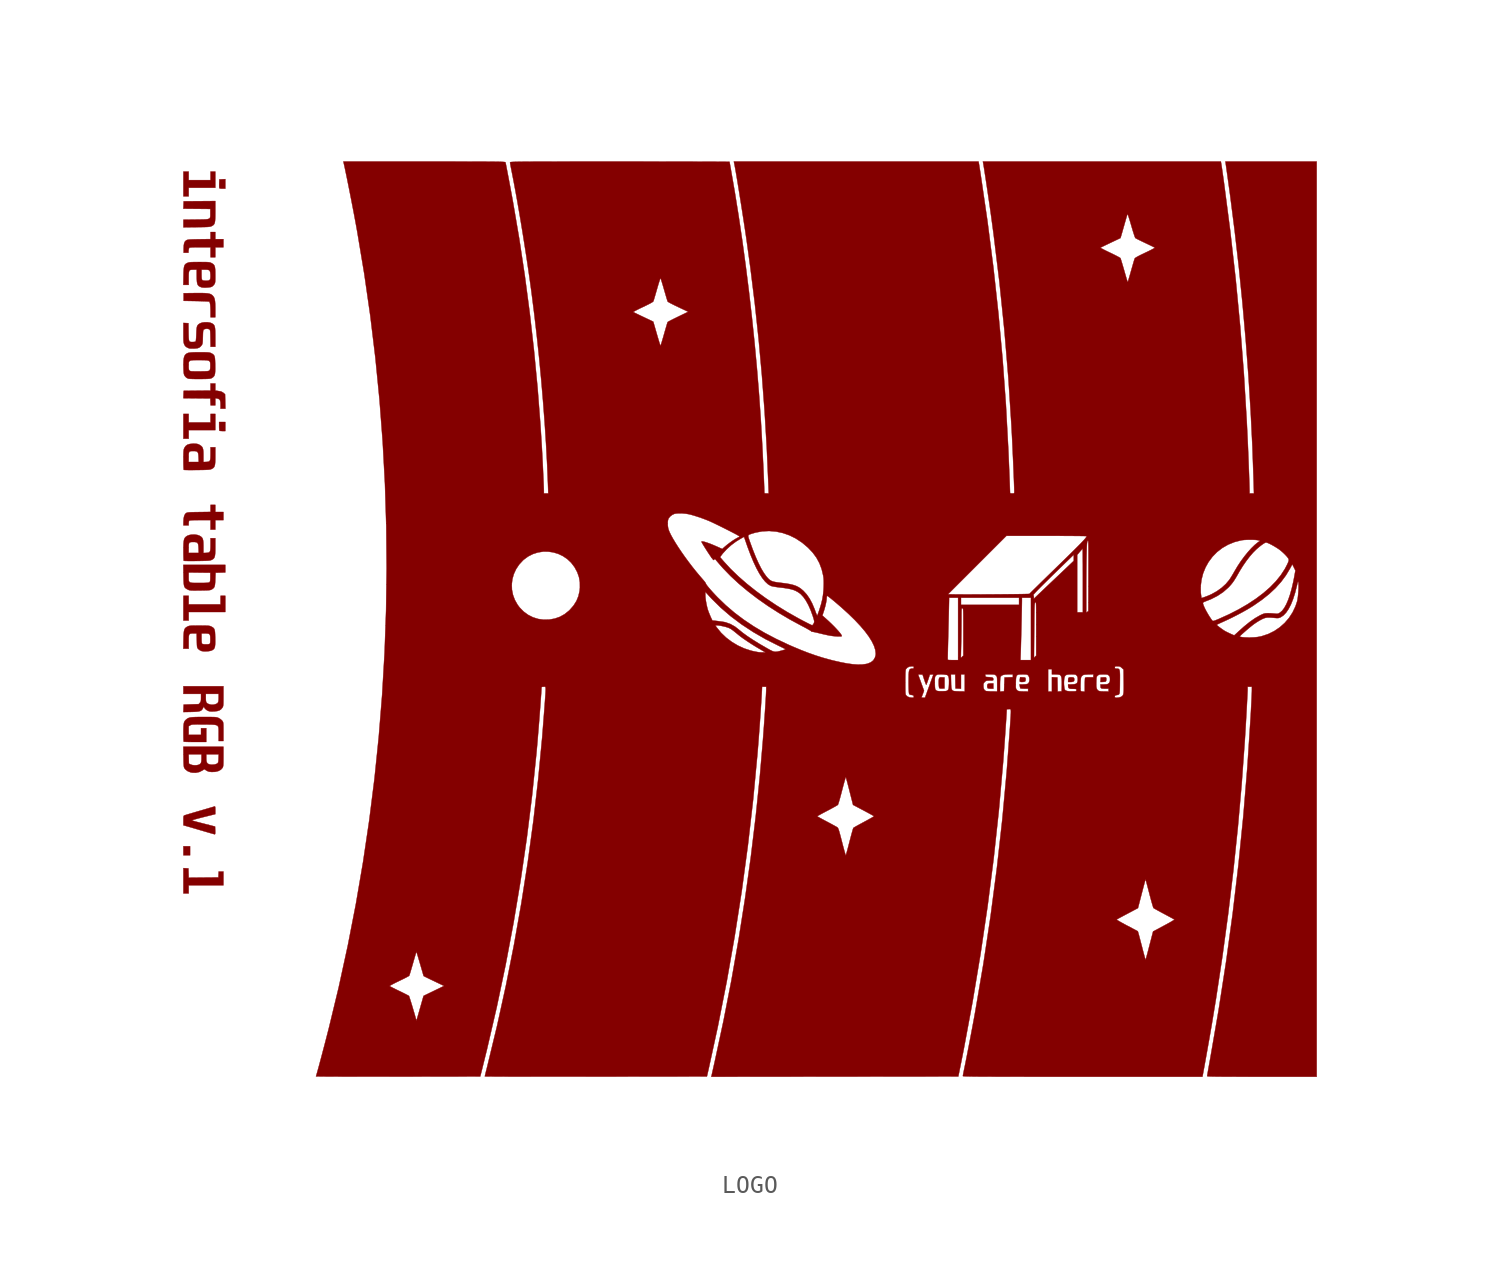
<source format=kicad_sym>
(kicad_symbol_lib
  (version 20210619)
  (generator bitmap2component)
  (symbol "LOGO"
    (pin_names
      (offset 1.016))
    (property "Reference" "#G"
      (at 0 25.388 0)
      (effects (font (size 1.27 1.27)) hide))
    (symbol "LOGO_0_0"
      (polyline (pts (xy 5.093 -26.016) (xy 12.115 -26.009) (xy 12.287 -25.156) (xy 12.423 -24.469) (xy 12.929 -21.749) (xy 13.382 -19.028) (xy 13.783 -16.308) (xy 14.129 -13.59) (xy 14.422 -10.875) (xy 14.662 -8.164) (xy 14.663 -8.152) (xy 14.679 -7.938) (xy 14.697 -7.7) (xy 14.716 -7.446) (xy 14.735 -7.18) (xy 14.755 -6.908) (xy 14.774 -6.637) (xy 14.792 -6.372) (xy 14.809 -6.119) (xy 14.825 -5.885) (xy 14.839 -5.675) (xy 14.85 -5.495) (xy 14.859 -5.351) (xy 14.864 -5.25) (xy 14.866 -5.196) (xy 14.867 -5.168) (xy 14.878 -5.134) (xy 14.913 -5.12) (xy 14.988 -5.118) (xy 15.011 -5.117) (xy 15.041 -5.115) (xy 15.065 -5.117) (xy 15.084 -5.127) (xy 15.096 -5.15) (xy 15.104 -5.192) (xy 15.106 -5.258) (xy 15.104 -5.353) (xy 15.098 -5.481) (xy 15.087 -5.648) (xy 15.073 -5.859) (xy 15.056 -6.12) (xy 14.87 -8.637) (xy 14.616 -11.398) (xy 14.309 -14.15) (xy 13.95 -16.889) (xy 13.921 -17.084) (xy 21.116 -17.084) (xy 21.134 -17.072) (xy 21.196 -17.038) (xy 21.293 -16.985) (xy 21.42 -16.917) (xy 21.569 -16.837) (xy 21.734 -16.75) (xy 22.332 -16.433) (xy 22.545 -15.61) (xy 22.572 -15.505) (xy 22.623 -15.312) (xy 22.668 -15.141) (xy 22.706 -14.997) (xy 22.736 -14.887) (xy 22.756 -14.818) (xy 22.765 -14.794) (xy 22.766 -14.799) (xy 22.779 -14.845) (xy 22.804 -14.935) (xy 22.837 -15.062) (xy 22.879 -15.219) (xy 22.926 -15.4) (xy 22.978 -15.599) (xy 22.997 -15.675) (xy 23.049 -15.87) (xy 23.097 -16.047) (xy 23.14 -16.197) (xy 23.175 -16.315) (xy 23.201 -16.394) (xy 23.215 -16.428) (xy 23.23 -16.438) (xy 23.289 -16.473) (xy 23.384 -16.527) (xy 23.508 -16.595) (xy 23.654 -16.675) (xy 23.816 -16.761) (xy 23.92 -16.817) (xy 24.071 -16.898) (xy 24.203 -16.969) (xy 24.307 -17.026) (xy 24.377 -17.066) (xy 24.406 -17.084) (xy 24.392 -17.099) (xy 24.336 -17.136) (xy 24.244 -17.192) (xy 24.122 -17.262) (xy 23.975 -17.343) (xy 23.81 -17.432) (xy 23.194 -17.759) (xy 22.985 -18.563) (xy 22.963 -18.649) (xy 22.913 -18.842) (xy 22.867 -19.015) (xy 22.827 -19.162) (xy 22.796 -19.276) (xy 22.775 -19.35) (xy 22.766 -19.378) (xy 22.759 -19.363) (xy 22.74 -19.303) (xy 22.711 -19.203) (xy 22.675 -19.07) (xy 22.632 -18.911) (xy 22.586 -18.732) (xy 22.554 -18.607) (xy 22.505 -18.421) (xy 22.46 -18.248) (xy 22.421 -18.1) (xy 22.391 -17.985) (xy 22.371 -17.913) (xy 22.324 -17.751) (xy 21.71 -17.426) (xy 21.562 -17.347) (xy 21.413 -17.265) (xy 21.288 -17.195) (xy 21.193 -17.139) (xy 21.133 -17.1) (xy 21.116 -17.084) (xy 13.921 -17.084) (xy 13.539 -19.615) (xy 13.076 -22.326) (xy 13.04 -22.529) (xy 12.976 -22.877) (xy 12.908 -23.24) (xy 12.838 -23.61) (xy 12.768 -23.978) (xy 12.699 -24.335) (xy 12.633 -24.674) (xy 12.572 -24.985) (xy 12.517 -25.26) (xy 12.47 -25.491) (xy 12.446 -25.605) (xy 12.418 -25.745) (xy 12.395 -25.861) (xy 12.38 -25.944) (xy 12.375 -25.983) (xy 12.375 -25.983) (xy 12.38 -25.987) (xy 12.395 -25.991) (xy 12.422 -25.994) (xy 12.463 -25.998) (xy 12.521 -26.001) (xy 12.596 -26.004) (xy 12.691 -26.006) (xy 12.808 -26.009) (xy 12.948 -26.011) (xy 13.114 -26.013) (xy 13.307 -26.015) (xy 13.53 -26.016) (xy 13.784 -26.017) (xy 14.071 -26.018) (xy 14.393 -26.019) (xy 14.752 -26.02) (xy 15.15 -26.021) (xy 15.589 -26.021) (xy 16.07 -26.022) (xy 16.596 -26.022) (xy 17.169 -26.023) (xy 17.79 -26.023) (xy 18.461 -26.023) (xy 25.995 -26.023) (xy 26.009 -25.962) (xy 26.01 -25.958) (xy 26.023 -25.897) (xy 26.043 -25.789) (xy 26.07 -25.641) (xy 26.104 -25.457) (xy 26.142 -25.245) (xy 26.185 -25.01) (xy 26.23 -24.758) (xy 26.277 -24.495) (xy 26.324 -24.227) (xy 26.372 -23.96) (xy 26.417 -23.699) (xy 26.46 -23.451) (xy 26.5 -23.222) (xy 26.535 -23.017) (xy 26.769 -21.596) (xy 27.134 -19.186) (xy 27.464 -16.75) (xy 27.757 -14.299) (xy 28.013 -11.843) (xy 28.229 -9.393) (xy 28.405 -6.959) (xy 28.411 -6.873) (xy 28.426 -6.626) (xy 28.442 -6.362) (xy 28.459 -6.085) (xy 28.475 -5.802) (xy 28.491 -5.519) (xy 28.506 -5.242) (xy 28.521 -4.977) (xy 28.534 -4.729) (xy 28.545 -4.506) (xy 28.555 -4.313) (xy 28.562 -4.156) (xy 28.567 -4.041) (xy 28.568 -3.974) (xy 28.568 -3.845) (xy 28.812 -3.845) (xy 28.812 -4.034) (xy 28.811 -4.096) (xy 28.807 -4.209) (xy 28.8 -4.362) (xy 28.792 -4.547) (xy 28.782 -4.756) (xy 28.77 -4.983) (xy 28.758 -5.219) (xy 28.74 -5.545) (xy 28.556 -8.373) (xy 28.325 -11.178) (xy 28.046 -13.964) (xy 27.719 -16.735) (xy 27.342 -19.494) (xy 26.916 -22.244) (xy 26.441 -24.991) (xy 26.403 -25.2) (xy 26.366 -25.407) (xy 26.333 -25.591) (xy 26.306 -25.748) (xy 26.285 -25.87) (xy 26.271 -25.952) (xy 26.267 -25.986) (xy 26.267 -25.988) (xy 26.278 -25.993) (xy 26.305 -25.998) (xy 26.352 -26.003) (xy 26.42 -26.006) (xy 26.512 -26.01) (xy 26.632 -26.013) (xy 26.782 -26.015) (xy 26.965 -26.017) (xy 27.182 -26.019) (xy 27.438 -26.02) (xy 27.734 -26.021) (xy 28.074 -26.022) (xy 28.46 -26.022) (xy 28.895 -26.023) (xy 29.381 -26.023) (xy 32.495 -26.023) (xy 32.495 26.023) (xy 27.306 26.023) (xy 27.421 25.209) (xy 27.57 24.133) (xy 27.83 22.094) (xy 28.066 20.037) (xy 28.275 17.971) (xy 28.458 15.905) (xy 28.614 13.848) (xy 28.742 11.808) (xy 28.841 9.796) (xy 28.91 7.819) (xy 28.929 7.149) (xy 28.677 7.149) (xy 28.677 7.291) (xy 28.676 7.317) (xy 28.674 7.419) (xy 28.67 7.567) (xy 28.665 7.754) (xy 28.657 7.975) (xy 28.649 8.224) (xy 28.639 8.494) (xy 28.628 8.779) (xy 28.617 9.074) (xy 28.605 9.371) (xy 28.593 9.666) (xy 28.581 9.951) (xy 28.519 11.248) (xy 28.356 13.948) (xy 28.146 16.647) (xy 27.888 19.351) (xy 27.582 22.065) (xy 27.227 24.796) (xy 27.21 24.917) (xy 27.18 25.135) (xy 27.151 25.338) (xy 27.125 25.52) (xy 27.103 25.672) (xy 27.086 25.785) (xy 27.075 25.854) (xy 27.046 26.023) (xy 13.511 26.023) (xy 13.526 25.962) (xy 13.532 25.928) (xy 13.547 25.841) (xy 13.568 25.711) (xy 13.595 25.543) (xy 13.625 25.344) (xy 13.66 25.119) (xy 13.697 24.875) (xy 13.736 24.616) (xy 13.775 24.349) (xy 13.815 24.081) (xy 13.854 23.816) (xy 13.892 23.56) (xy 13.926 23.32) (xy 13.958 23.101) (xy 13.984 22.909) (xy 14.122 21.889) (xy 14.215 21.124) (xy 20.196 21.124) (xy 20.206 21.13) (xy 20.258 21.157) (xy 20.349 21.201) (xy 20.47 21.26) (xy 20.615 21.329) (xy 20.776 21.406) (xy 21.338 21.672) (xy 21.391 21.85) (xy 21.41 21.916) (xy 21.444 22.035) (xy 21.486 22.183) (xy 21.533 22.347) (xy 21.581 22.516) (xy 21.625 22.669) (xy 21.665 22.81) (xy 21.699 22.925) (xy 21.723 23.006) (xy 21.735 23.044) (xy 21.746 23.03) (xy 21.77 22.971) (xy 21.804 22.871) (xy 21.846 22.738) (xy 21.895 22.579) (xy 21.948 22.398) (xy 21.998 22.226) (xy 22.049 22.055) (xy 22.096 21.907) (xy 22.135 21.79) (xy 22.165 21.711) (xy 22.182 21.676) (xy 22.188 21.671) (xy 22.238 21.642) (xy 22.326 21.596) (xy 22.446 21.537) (xy 22.588 21.468) (xy 22.746 21.393) (xy 22.805 21.365) (xy 22.956 21.293) (xy 23.088 21.23) (xy 23.194 21.178) (xy 23.265 21.142) (xy 23.295 21.125) (xy 23.289 21.117) (xy 23.244 21.088) (xy 23.161 21.042) (xy 23.045 20.982) (xy 22.904 20.912) (xy 22.743 20.836) (xy 22.586 20.761) (xy 22.402 20.67) (xy 22.268 20.598) (xy 22.183 20.545) (xy 22.148 20.512) (xy 22.14 20.49) (xy 22.117 20.418) (xy 22.084 20.308) (xy 22.043 20.166) (xy 21.996 20.002) (xy 21.945 19.822) (xy 21.908 19.691) (xy 21.861 19.527) (xy 21.82 19.387) (xy 21.788 19.276) (xy 21.767 19.204) (xy 21.757 19.177) (xy 21.751 19.175) (xy 21.742 19.187) (xy 21.73 19.217) (xy 21.711 19.273) (xy 21.684 19.358) (xy 21.649 19.479) (xy 21.602 19.64) (xy 21.542 19.849) (xy 21.506 19.975) (xy 21.456 20.144) (xy 21.412 20.291) (xy 21.376 20.409) (xy 21.35 20.491) (xy 21.337 20.528) (xy 21.326 20.539) (xy 21.271 20.573) (xy 21.178 20.624) (xy 21.055 20.688) (xy 20.908 20.761) (xy 20.745 20.84) (xy 20.646 20.887) (xy 20.497 20.959) (xy 20.371 21.023) (xy 20.274 21.074) (xy 20.214 21.108) (xy 20.196 21.124) (xy 14.215 21.124) (xy 14.454 19.161) (xy 14.734 16.44) (xy 14.961 13.726) (xy 15.136 11.021) (xy 15.144 10.863) (xy 15.159 10.587) (xy 15.174 10.291) (xy 15.189 9.98) (xy 15.204 9.66) (xy 15.218 9.336) (xy 15.233 9.015) (xy 15.246 8.703) (xy 15.259 8.404) (xy 15.27 8.124) (xy 15.28 7.87) (xy 15.288 7.648) (xy 15.294 7.462) (xy 15.298 7.318) (xy 15.3 7.223) (xy 15.299 7.199) (xy 15.288 7.165) (xy 15.253 7.151) (xy 15.178 7.149) (xy 15.107 7.152) (xy 15.067 7.166) (xy 15.056 7.196) (xy 15.056 7.206) (xy 15.054 7.274) (xy 15.05 7.389) (xy 15.045 7.542) (xy 15.038 7.728) (xy 15.03 7.941) (xy 15.021 8.174) (xy 15.011 8.42) (xy 15.001 8.673) (xy 14.99 8.927) (xy 14.98 9.175) (xy 14.97 9.41) (xy 14.96 9.627) (xy 14.96 9.635) (xy 14.822 12.202) (xy 14.634 14.787) (xy 14.396 17.388) (xy 14.11 20.003) (xy 13.774 22.629) (xy 13.389 25.265) (xy 13.376 25.35) (xy 13.349 25.524) (xy 13.324 25.68) (xy 13.304 25.808) (xy 13.288 25.901) (xy 13.28 25.948) (xy 13.264 26.023) (xy -0.651 26.023) (xy -0.637 25.962) (xy -0.634 25.95) (xy -0.613 25.848) (xy -0.585 25.698) (xy -0.551 25.506) (xy -0.511 25.276) (xy -0.467 25.013) (xy -0.419 24.723) (xy -0.368 24.411) (xy -0.315 24.081) (xy -0.26 23.738) (xy -0.205 23.389) (xy -0.15 23.037) (xy -0.096 22.688) (xy -0.044 22.346) (xy 0.006 22.018) (xy 0.052 21.707) (xy 0.093 21.419) (xy 0.291 19.977) (xy 0.542 17.95) (xy 0.759 15.924) (xy 0.944 13.889) (xy 1.098 11.837) (xy 1.222 9.758) (xy 1.315 7.643) (xy 1.334 7.149) (xy 1.208 7.149) (xy 1.174 7.149) (xy 1.114 7.155) (xy 1.089 7.174) (xy 1.083 7.213) (xy 1.083 7.227) (xy 1.081 7.332) (xy 1.076 7.483) (xy 1.069 7.677) (xy 1.06 7.906) (xy 1.049 8.166) (xy 1.036 8.451) (xy 1.022 8.755) (xy 1.006 9.072) (xy 0.991 9.398) (xy 0.974 9.725) (xy 0.957 10.049) (xy 0.94 10.364) (xy 0.923 10.664) (xy 0.907 10.944) (xy 0.892 11.197) (xy 0.879 11.405) (xy 0.78 12.819) (xy 0.663 14.258) (xy 0.528 15.713) (xy 0.376 17.175) (xy 0.208 18.637) (xy 0.026 20.088) (xy -0.169 21.521) (xy -0.377 22.926) (xy -0.597 24.296) (xy -0.827 25.621) (xy -0.835 25.664) (xy -0.858 25.794) (xy -0.876 25.901) (xy -0.889 25.975) (xy -0.894 26.007) (xy -0.905 26.008) (xy -0.965 26.009) (xy -1.075 26.011) (xy -1.233 26.012) (xy -1.437 26.013) (xy -1.684 26.015) (xy -1.971 26.016) (xy -2.297 26.017) (xy -2.658 26.018) (xy -3.054 26.019) (xy -3.48 26.02) (xy -3.935 26.02) (xy -4.416 26.021) (xy -4.922 26.022) (xy -5.449 26.022) (xy -5.995 26.023) (xy -6.558 26.023) (xy -8.732 26.023) (xy -9.293 26.023) (xy -9.807 26.023) (xy -10.276 26.022) (xy -10.702 26.022) (xy -11.087 26.021) (xy -11.434 26.021) (xy -11.743 26.02) (xy -12.018 26.019) (xy -12.261 26.018) (xy -12.472 26.016) (xy -12.655 26.015) (xy -12.812 26.013) (xy -12.944 26.011) (xy -13.054 26.009) (xy -13.144 26.006) (xy -13.215 26.003) (xy -13.271 26) (xy -13.312 25.996) (xy -13.341 25.992) (xy -13.36 25.988) (xy -13.371 25.983) (xy -13.376 25.978) (xy -13.377 25.973) (xy -13.376 25.959) (xy -13.366 25.894) (xy -13.348 25.792) (xy -13.324 25.664) (xy -13.295 25.519) (xy -13.267 25.377) (xy -13.171 24.885) (xy -13.071 24.35) (xy -12.968 23.778) (xy -12.863 23.178) (xy -12.758 22.556) (xy -12.654 21.921) (xy -12.552 21.279) (xy -12.452 20.64) (xy -12.358 20.009) (xy -12.269 19.396) (xy -12.187 18.806) (xy -12.151 18.534) (xy -12.015 17.465) (xy -6.371 17.465) (xy -6.365 17.473) (xy -6.32 17.501) (xy -6.237 17.547) (xy -6.121 17.606) (xy -5.98 17.676) (xy -5.82 17.752) (xy -5.639 17.838) (xy -5.464 17.925) (xy -5.337 17.994) (xy -5.258 18.044) (xy -5.226 18.075) (xy -5.218 18.099) (xy -5.195 18.172) (xy -5.162 18.284) (xy -5.12 18.427) (xy -5.072 18.592) (xy -5.02 18.773) (xy -4.98 18.913) (xy -4.932 19.073) (xy -4.889 19.208) (xy -4.855 19.312) (xy -4.83 19.376) (xy -4.818 19.395) (xy -4.811 19.378) (xy -4.789 19.314) (xy -4.757 19.211) (xy -4.716 19.076) (xy -4.668 18.916) (xy -4.617 18.739) (xy -4.58 18.612) (xy -4.531 18.444) (xy -4.488 18.297) (xy -4.452 18.179) (xy -4.426 18.098) (xy -4.413 18.062) (xy -4.401 18.051) (xy -4.346 18.016) (xy -4.252 17.965) (xy -4.128 17.902) (xy -3.981 17.829) (xy -3.817 17.75) (xy -3.242 17.48) (xy -3.821 17.2) (xy -3.927 17.148) (xy -4.08 17.073) (xy -4.213 17.006) (xy -4.318 16.951) (xy -4.388 16.913) (xy -4.415 16.895) (xy -4.424 16.871) (xy -4.446 16.802) (xy -4.478 16.693) (xy -4.519 16.552) (xy -4.567 16.388) (xy -4.619 16.206) (xy -4.663 16.051) (xy -4.711 15.887) (xy -4.753 15.747) (xy -4.787 15.639) (xy -4.811 15.568) (xy -4.822 15.543) (xy -4.833 15.567) (xy -4.856 15.636) (xy -4.891 15.743) (xy -4.933 15.883) (xy -4.982 16.048) (xy -5.035 16.231) (xy -5.233 16.918) (xy -5.791 17.183) (xy -5.878 17.224) (xy -6.031 17.297) (xy -6.164 17.361) (xy -6.27 17.413) (xy -6.341 17.449) (xy -6.371 17.465) (xy -12.015 17.465) (xy -11.999 17.337) (xy -11.857 16.116) (xy -11.726 14.88) (xy -11.607 13.639) (xy -11.502 12.402) (xy -11.409 11.178) (xy -11.331 9.978) (xy -11.268 8.81) (xy -11.221 7.684) (xy -11.203 7.149) (xy -11.454 7.149) (xy -11.455 7.291) (xy -11.455 7.313) (xy -11.457 7.408) (xy -11.462 7.547) (xy -11.469 7.725) (xy -11.478 7.934) (xy -11.489 8.167) (xy -11.5 8.418) (xy -11.512 8.68) (xy -11.525 8.945) (xy -11.539 9.208) (xy -11.552 9.461) (xy -11.565 9.698) (xy -11.577 9.911) (xy -11.648 11.031) (xy -11.812 13.156) (xy -12.016 15.288) (xy -12.258 17.416) (xy -12.537 19.53) (xy -12.852 21.622) (xy -13.203 23.68) (xy -13.216 23.752) (xy -13.254 23.966) (xy -13.296 24.195) (xy -13.341 24.434) (xy -13.386 24.676) (xy -13.431 24.915) (xy -13.474 25.145) (xy -13.515 25.359) (xy -13.552 25.551) (xy -13.584 25.715) (xy -13.609 25.845) (xy -13.627 25.934) (xy -13.637 25.976) (xy -13.638 25.978) (xy -13.643 25.983) (xy -13.655 25.989) (xy -13.676 25.994) (xy -13.707 25.998) (xy -13.752 26.002) (xy -13.813 26.005) (xy -13.892 26.008) (xy -13.991 26.011) (xy -14.114 26.013) (xy -14.262 26.015) (xy -14.438 26.017) (xy -14.644 26.018) (xy -14.883 26.02) (xy -15.156 26.021) (xy -15.467 26.021) (xy -15.818 26.022) (xy -16.211 26.022) (xy -16.649 26.023) (xy -17.134 26.023) (xy -22.856 26.023) (xy -22.841 25.962) (xy -22.824 25.883) (xy -22.781 25.691) (xy -22.732 25.455) (xy -22.675 25.184) (xy -22.614 24.884) (xy -22.549 24.561) (xy -22.482 24.224) (xy -22.414 23.879) (xy -22.347 23.532) (xy -22.281 23.191) (xy -22.219 22.863) (xy -22.162 22.555) (xy -22.11 22.272) (xy -22.067 22.03) (xy -21.67 19.65) (xy -21.327 17.264) (xy -21.038 14.874) (xy -20.802 12.48) (xy -20.62 10.084) (xy -20.491 7.686) (xy -20.422 5.455) (xy -4.412 5.455) (xy -4.403 5.591) (xy -4.377 5.695) (xy -4.349 5.747) (xy -4.263 5.848) (xy -4.15 5.933) (xy -4.028 5.989) (xy -3.916 6.009) (xy -3.76 6.018) (xy -3.583 6.015) (xy -3.398 5.999) (xy -3.224 5.971) (xy -3.111 5.945) (xy -2.929 5.894) (xy -2.72 5.828) (xy -2.499 5.753) (xy -2.279 5.672) (xy -2.071 5.589) (xy -2.056 5.583) (xy -1.958 5.539) (xy -1.827 5.478) (xy -1.673 5.404) (xy -1.5 5.32) (xy -1.318 5.23) (xy -1.133 5.137) (xy -0.953 5.046) (xy -0.785 4.96) (xy -0.637 4.883) (xy -0.515 4.819) (xy -0.427 4.77) (xy -0.381 4.741) (xy -0.374 4.736) (xy 0.165 4.736) (xy 0.181 4.778) (xy 0.225 4.809) (xy 0.299 4.836) (xy 0.407 4.871) (xy 0.594 4.925) (xy 0.975 4.995) (xy 1.362 5.013) (xy 1.749 4.981) (xy 2.133 4.899) (xy 2.507 4.769) (xy 2.867 4.591) (xy 3.209 4.366) (xy 3.254 4.332) (xy 3.569 4.065) (xy 3.833 3.787) (xy 4.049 3.493) (xy 4.219 3.179) (xy 4.345 2.842) (xy 4.431 2.478) (xy 4.432 2.473) (xy 4.452 2.338) (xy 4.462 2.196) (xy 4.464 2.031) (xy 4.459 1.828) (xy 4.449 1.643) (xy 4.426 1.41) (xy 11.524 1.41) (xy 13.188 3.074) (xy 14.853 4.739) (xy 17.134 4.739) (xy 17.366 4.739) (xy 17.702 4.738) (xy 18.02 4.737) (xy 18.314 4.736) (xy 18.583 4.734) (xy 18.821 4.732) (xy 19.024 4.73) (xy 19.189 4.727) (xy 19.312 4.725) (xy 19.389 4.722) (xy 19.415 4.718) (xy 19.413 4.708) (xy 19.399 4.676) (xy 19.369 4.632) (xy 19.32 4.571) (xy 19.252 4.493) (xy 19.16 4.395) (xy 19.045 4.274) (xy 18.902 4.13) (xy 18.731 3.959) (xy 18.529 3.759) (xy 18.295 3.528) (xy 18.025 3.265) (xy 17.718 2.966) (xy 17.629 2.879) (xy 17.391 2.647) (xy 17.165 2.427) (xy 16.955 2.222) (xy 16.763 2.034) (xy 16.593 1.867) (xy 16.446 1.723) (xy 16.327 1.605) (xy 16.238 1.516) (xy 16.181 1.46) (xy 16.161 1.438) (xy 16.145 1.435) (xy 16.079 1.432) (xy 15.969 1.429) (xy 15.817 1.425) (xy 15.63 1.422) (xy 15.412 1.418) (xy 15.168 1.415) (xy 14.903 1.412) (xy 14.623 1.409) (xy 14.331 1.407) (xy 14.034 1.404) (xy 13.734 1.402) (xy 13.439 1.401) (xy 13.152 1.399) (xy 12.879 1.398) (xy 12.624 1.398) (xy 12.393 1.398) (xy 12.19 1.399) (xy 12.02 1.4) (xy 11.889 1.402) (xy 11.524 1.41) (xy 4.426 1.41) (xy 4.422 1.373) (xy 4.422 1.371) (xy 16.382 1.371) (xy 16.387 1.387) (xy 16.42 1.429) (xy 16.482 1.498) (xy 16.573 1.595) (xy 16.695 1.72) (xy 16.849 1.875) (xy 17.036 2.061) (xy 17.257 2.279) (xy 17.513 2.53) (xy 17.805 2.815) (xy 18.134 3.135) (xy 18.502 3.491) (xy 18.684 3.668) (xy 18.684 3.653) (xy 18.874 3.653) (xy 19.025 3.83) (xy 19.053 3.863) (xy 19.118 3.937) (xy 19.166 3.989) (xy 19.187 4.008) (xy 19.188 4.001) (xy 19.19 3.949) (xy 19.192 3.849) (xy 19.194 3.706) (xy 19.195 3.525) (xy 19.196 3.309) (xy 19.198 3.064) (xy 19.198 2.793) (xy 19.199 2.501) (xy 19.199 2.193) (xy 19.199 0.379) (xy 18.874 0.379) (xy 18.874 3.653) (xy 18.684 3.653) (xy 18.684 3.493) (xy 18.684 3.317) (xy 17.825 2.502) (xy 17.747 2.429) (xy 17.554 2.246) (xy 17.365 2.067) (xy 17.186 1.897) (xy 17.023 1.742) (xy 16.882 1.608) (xy 16.768 1.499) (xy 16.687 1.423) (xy 16.41 1.159) (xy 16.41 1.256) (xy 16.401 1.327) (xy 16.382 1.371) (xy 4.422 1.371) (xy 4.377 1.112) (xy 4.311 0.844) (xy 4.219 0.548) (xy 4.213 0.527) (xy 4.171 0.405) (xy 4.134 0.303) (xy 4.106 0.233) (xy 4.092 0.205) (xy 4.082 0.213) (xy 4.058 0.262) (xy 4.023 0.344) (xy 3.984 0.45) (xy 3.94 0.571) (xy 3.803 0.894) (xy 3.655 1.17) (xy 3.493 1.404) (xy 3.314 1.6) (xy 3.28 1.631) (xy 3.157 1.734) (xy 3.03 1.819) (xy 2.893 1.887) (xy 2.736 1.942) (xy 2.55 1.988) (xy 2.327 2.027) (xy 2.059 2.062) (xy 2.011 2.067) (xy 1.824 2.091) (xy 1.68 2.115) (xy 1.569 2.142) (xy 1.481 2.176) (xy 1.408 2.22) (xy 1.339 2.277) (xy 1.267 2.351) (xy 1.2 2.427) (xy 1.054 2.63) (xy 0.902 2.885) (xy 0.747 3.192) (xy 0.588 3.548) (xy 0.426 3.954) (xy 0.261 4.407) (xy 0.25 4.441) (xy 0.202 4.577) (xy 0.173 4.672) (xy 0.165 4.736) (xy -0.374 4.736) (xy -0.315 4.691) (xy -0.477 4.609) (xy -0.484 4.605) (xy -0.605 4.535) (xy -0.75 4.439) (xy -0.906 4.327) (xy -1.057 4.21) (xy -1.19 4.098) (xy -1.309 3.99) (xy -1.623 4.131) (xy -1.805 4.21) (xy -1.992 4.286) (xy -2.158 4.346) (xy -2.296 4.39) (xy -2.401 4.415) (xy -2.468 4.42) (xy -2.491 4.404) (xy -2.491 4.402) (xy -2.474 4.364) (xy -2.432 4.29) (xy -2.372 4.19) (xy -2.298 4.07) (xy -2.216 3.941) (xy -2.131 3.809) (xy -2.048 3.684) (xy -1.974 3.575) (xy -1.939 3.526) (xy -1.435 3.526) (xy -1.379 3.604) (xy -1.28 3.734) (xy -1.057 3.977) (xy -0.8 4.209) (xy -0.52 4.418) (xy -0.231 4.594) (xy -0.069 4.681) (xy 0.083 4.243) (xy 0.124 4.125) (xy 0.297 3.665) (xy 0.467 3.256) (xy 0.636 2.898) (xy 0.803 2.592) (xy 0.967 2.339) (xy 1.129 2.138) (xy 1.287 1.99) (xy 1.443 1.896) (xy 1.515 1.873) (xy 1.634 1.848) (xy 1.787 1.824) (xy 1.963 1.801) (xy 2.187 1.775) (xy 2.403 1.742) (xy 2.582 1.706) (xy 2.731 1.664) (xy 2.859 1.613) (xy 2.975 1.551) (xy 3.088 1.475) (xy 3.158 1.418) (xy 3.305 1.26) (xy 3.449 1.054) (xy 3.586 0.807) (xy 3.714 0.522) (xy 3.83 0.206) (xy 3.834 0.193) (xy 3.879 0.053) (xy 3.907 -0.047) (xy 3.92 -0.118) (xy 3.919 -0.172) (xy 3.905 -0.218) (xy 3.879 -0.268) (xy 3.873 -0.278) (xy 3.835 -0.33) (xy 3.805 -0.351) (xy 3.804 -0.351) (xy 3.77 -0.338) (xy 3.696 -0.303) (xy 3.591 -0.252) (xy 3.462 -0.186) (xy 3.317 -0.112) (xy 3.024 0.044) (xy 2.382 0.407) (xy 1.763 0.789) (xy 1.171 1.186) (xy 0.611 1.596) (xy 0.086 2.014) (xy -0.398 2.437) (xy -0.838 2.862) (xy -1.228 3.286) (xy -1.435 3.526) (xy -1.939 3.526) (xy -1.912 3.489) (xy -1.889 3.457) (xy -1.837 3.392) (xy -1.805 3.363) (xy -1.784 3.364) (xy -1.764 3.389) (xy -1.759 3.397) (xy -1.736 3.424) (xy -1.712 3.415) (xy -1.672 3.366) (xy -1.662 3.354) (xy -1.613 3.294) (xy -1.538 3.207) (xy -1.448 3.102) (xy -1.348 2.988) (xy -1.255 2.884) (xy -0.835 2.45) (xy -0.367 2.016) (xy 0.146 1.587) (xy 0.698 1.164) (xy 1.286 0.752) (xy 1.905 0.355) (xy 2.55 -0.026) (xy 3.218 -0.387) (xy 3.279 -0.418) (xy 3.428 -0.497) (xy 3.557 -0.569) (xy 3.659 -0.628) (xy 3.728 -0.671) (xy 3.755 -0.694) (xy 3.764 -0.709) (xy 3.792 -0.717) (xy 3.798 -0.716) (xy 3.848 -0.722) (xy 3.936 -0.739) (xy 4.053 -0.764) (xy 4.188 -0.797) (xy 4.199 -0.799) (xy 4.361 -0.839) (xy 4.529 -0.877) (xy 4.683 -0.911) (xy 4.803 -0.935) (xy 4.851 -0.943) (xy 4.983 -0.961) (xy 5.12 -0.975) (xy 5.251 -0.982) (xy 5.363 -0.984) (xy 5.446 -0.98) (xy 5.486 -0.968) (xy 5.488 -0.945) (xy 5.459 -0.886) (xy 5.397 -0.8) (xy 5.307 -0.69) (xy 5.192 -0.563) (xy 5.059 -0.422) (xy 4.909 -0.273) (xy 4.749 -0.121) (xy 4.582 0.031) (xy 4.384 0.205) (xy 4.465 0.448) (xy 4.5 0.559) (xy 4.553 0.75) (xy 4.594 0.933) (xy 4.621 1.093) (xy 4.63 1.217) (xy 4.631 1.243) (xy 4.641 1.303) (xy 4.66 1.327) (xy 4.687 1.311) (xy 4.75 1.266) (xy 4.84 1.196) (xy 4.949 1.107) (xy 5.073 1.006) (xy 5.467 0.667) (xy 5.872 0.299) (xy 6.231 -0.051) (xy 6.544 -0.384) (xy 6.81 -0.697) (xy 7.028 -0.991) (xy 7.199 -1.265) (xy 7.321 -1.518) (xy 7.395 -1.751) (xy 7.42 -1.962) (xy 7.414 -2.05) (xy 7.366 -2.213) (xy 7.329 -2.268) (xy 11.509 -2.268) (xy 11.51 -2.239) (xy 11.512 -2.159) (xy 11.515 -2.035) (xy 11.519 -1.87) (xy 11.523 -1.671) (xy 11.529 -1.441) (xy 11.535 -1.187) (xy 11.542 -0.912) (xy 11.549 -0.623) (xy 11.555 -0.386) (xy 11.562 -0.104) (xy 11.568 0.16) (xy 11.574 0.402) (xy 11.579 0.617) (xy 11.583 0.798) (xy 11.586 0.941) (xy 11.588 1.04) (xy 11.589 1.09) (xy 11.59 1.219) (xy 12.104 1.219) (xy 12.267 1.219) (xy 15.57 1.219) (xy 15.57 0.812) (xy 12.267 0.812) (xy 12.267 1.219) (xy 12.104 1.219) (xy 12.104 -2.207) (xy 12.259 -2.207) (xy 12.277 -1.383) (xy 12.281 -1.17) (xy 12.285 -0.91) (xy 12.289 -0.644) (xy 12.291 -0.389) (xy 12.293 -0.159) (xy 12.294 0.032) (xy 12.294 0.198) (xy 12.295 0.351) (xy 12.297 0.462) (xy 12.301 0.537) (xy 12.307 0.585) (xy 12.317 0.61) (xy 12.33 0.621) (xy 12.348 0.623) (xy 12.349 0.623) (xy 12.361 0.622) (xy 12.371 0.615) (xy 12.379 0.598) (xy 12.386 0.567) (xy 12.391 0.518) (xy 12.395 0.445) (xy 12.398 0.344) (xy 12.4 0.212) (xy 12.401 0.043) (xy 12.402 -0.167) (xy 12.402 -0.422) (xy 12.402 -0.726) (xy 12.402 -2.076) (xy 12.331 -2.141) (xy 12.259 -2.207) (xy 12.104 -2.207) (xy 12.104 -2.329) (xy 15.649 -2.329) (xy 15.665 -1.848) (xy 15.666 -1.81) (xy 15.671 -1.655) (xy 15.676 -1.464) (xy 15.682 -1.246) (xy 15.688 -1.006) (xy 15.694 -0.752) (xy 15.701 -0.49) (xy 15.707 -0.228) (xy 15.713 0.028) (xy 15.718 0.271) (xy 15.723 0.494) (xy 15.727 0.69) (xy 15.73 0.852) (xy 15.732 0.975) (xy 15.733 1.049) (xy 15.733 1.219) (xy 16.247 1.219) (xy 16.247 -2.196) (xy 16.418 -2.196) (xy 16.43 -0.644) (xy 16.431 -0.49) (xy 16.434 -0.184) (xy 16.436 0.075) (xy 16.439 0.29) (xy 16.442 0.465) (xy 16.445 0.605) (xy 16.449 0.715) (xy 16.454 0.797) (xy 16.459 0.858) (xy 16.466 0.9) (xy 16.474 0.928) (xy 16.483 0.947) (xy 16.494 0.961) (xy 16.503 0.97) (xy 16.513 0.974) (xy 16.521 0.968) (xy 16.527 0.948) (xy 16.532 0.91) (xy 16.537 0.85) (xy 16.54 0.763) (xy 16.542 0.646) (xy 16.544 0.495) (xy 16.544 0.372) (xy 19.389 0.372) (xy 19.389 1.588) (xy 19.389 1.88) (xy 19.39 2.189) (xy 19.393 2.503) (xy 19.395 2.81) (xy 19.399 3.099) (xy 19.402 3.357) (xy 19.407 3.572) (xy 19.409 3.683) (xy 19.414 3.896) (xy 19.419 4.063) (xy 19.425 4.191) (xy 19.431 4.286) (xy 19.439 4.353) (xy 19.448 4.399) (xy 19.459 4.429) (xy 19.473 4.45) (xy 19.478 4.455) (xy 19.486 4.462) (xy 19.494 4.46) (xy 19.5 4.445) (xy 19.505 4.415) (xy 19.509 4.366) (xy 19.513 4.293) (xy 19.515 4.195) (xy 19.517 4.067) (xy 19.518 3.906) (xy 19.519 3.709) (xy 19.519 3.471) (xy 19.518 3.189) (xy 19.517 2.86) (xy 19.516 2.481) (xy 19.515 1.877) (xy 25.899 1.877) (xy 25.944 2.241) (xy 26.035 2.599) (xy 26.172 2.94) (xy 26.34 3.242) (xy 26.568 3.549) (xy 26.833 3.82) (xy 27.132 4.05) (xy 27.462 4.239) (xy 27.821 4.384) (xy 28.204 4.483) (xy 28.247 4.49) (xy 28.381 4.505) (xy 28.538 4.513) (xy 28.704 4.517) (xy 28.868 4.515) (xy 29.016 4.507) (xy 29.136 4.494) (xy 29.214 4.476) (xy 29.278 4.451) (xy 29.209 4.406) (xy 29.152 4.366) (xy 28.972 4.219) (xy 28.779 4.031) (xy 28.58 3.809) (xy 28.379 3.56) (xy 28.182 3.292) (xy 27.996 3.011) (xy 27.826 2.724) (xy 27.825 2.722) (xy 27.746 2.584) (xy 27.663 2.446) (xy 27.588 2.325) (xy 27.528 2.235) (xy 27.333 2.003) (xy 27.094 1.784) (xy 26.82 1.587) (xy 26.519 1.419) (xy 26.402 1.366) (xy 26.261 1.307) (xy 26.136 1.261) (xy 25.947 1.196) (xy 25.931 1.282) (xy 25.902 1.517) (xy 25.899 1.877) (xy 19.515 1.877) (xy 19.512 0.927) (xy 26.023 0.927) (xy 26.023 0.928) (xy 26.051 0.955) (xy 26.116 0.989) (xy 26.206 1.025) (xy 26.489 1.137) (xy 26.849 1.321) (xy 27.175 1.538) (xy 27.459 1.786) (xy 27.515 1.842) (xy 27.623 1.962) (xy 27.722 2.086) (xy 27.818 2.226) (xy 27.921 2.393) (xy 28.038 2.598) (xy 28.118 2.738) (xy 28.299 3.029) (xy 28.491 3.307) (xy 28.687 3.563) (xy 28.88 3.787) (xy 29.063 3.969) (xy 29.098 4) (xy 29.233 4.115) (xy 29.36 4.214) (xy 29.471 4.292) (xy 29.558 4.342) (xy 29.613 4.36) (xy 29.619 4.36) (xy 29.687 4.342) (xy 29.789 4.3) (xy 29.913 4.238) (xy 30.049 4.163) (xy 30.188 4.08) (xy 30.318 3.996) (xy 30.429 3.914) (xy 30.473 3.878) (xy 30.59 3.775) (xy 30.701 3.667) (xy 30.788 3.573) (xy 30.8 3.559) (xy 30.861 3.482) (xy 30.898 3.421) (xy 30.91 3.362) (xy 30.898 3.294) (xy 30.862 3.203) (xy 30.802 3.075) (xy 30.686 2.853) (xy 30.456 2.5) (xy 30.175 2.152) (xy 29.845 1.813) (xy 29.466 1.482) (xy 29.041 1.161) (xy 28.571 0.851) (xy 28.059 0.554) (xy 27.505 0.271) (xy 26.911 0.003) (xy 26.832 -0.03) (xy 26.724 -0.073) (xy 26.651 -0.097) (xy 26.604 -0.104) (xy 26.573 -0.095) (xy 26.551 -0.073) (xy 26.507 -0.013) (xy 26.408 0.133) (xy 26.311 0.291) (xy 26.22 0.451) (xy 26.141 0.604) (xy 26.079 0.74) (xy 26.038 0.851) (xy 26.023 0.927) (xy 19.512 0.927) (xy 19.51 0.453) (xy 19.449 0.413) (xy 19.389 0.372) (xy 16.544 0.372) (xy 16.544 0.306) (xy 16.545 0.075) (xy 16.545 -0.203) (xy 16.545 -0.325) (xy 26.808 -0.325) (xy 26.809 -0.323) (xy 26.843 -0.303) (xy 26.916 -0.267) (xy 27.018 -0.219) (xy 27.14 -0.165) (xy 27.166 -0.153) (xy 27.424 -0.035) (xy 27.704 0.101) (xy 27.989 0.246) (xy 28.268 0.395) (xy 28.524 0.538) (xy 28.744 0.669) (xy 28.92 0.781) (xy 29.382 1.102) (xy 29.793 1.43) (xy 30.155 1.769) (xy 30.471 2.12) (xy 30.743 2.486) (xy 30.973 2.868) (xy 31.11 3.123) (xy 31.198 2.944) (xy 31.286 2.765) (xy 31.223 2.418) (xy 31.167 2.127) (xy 31.078 1.744) (xy 30.982 1.402) (xy 30.879 1.102) (xy 30.769 0.847) (xy 30.654 0.639) (xy 30.535 0.48) (xy 30.412 0.374) (xy 30.347 0.334) (xy 30.286 0.31) (xy 30.221 0.305) (xy 30.125 0.314) (xy 30.014 0.325) (xy 29.878 0.333) (xy 29.746 0.337) (xy 29.71 0.337) (xy 29.604 0.333) (xy 29.52 0.319) (xy 29.433 0.29) (xy 29.322 0.239) (xy 29.254 0.205) (xy 28.98 0.046) (xy 28.683 -0.163) (xy 28.364 -0.421) (xy 28.023 -0.727) (xy 27.957 -0.788) (xy 27.882 -0.856) (xy 27.829 -0.903) (xy 27.806 -0.92) (xy 27.779 -0.912) (xy 27.713 -0.885) (xy 27.623 -0.845) (xy 27.521 -0.798) (xy 27.421 -0.75) (xy 27.336 -0.708) (xy 27.279 -0.677) (xy 27.23 -0.647) (xy 27.146 -0.589) (xy 27.052 -0.523) (xy 26.961 -0.455) (xy 26.883 -0.395) (xy 26.829 -0.348) (xy 26.808 -0.325) (xy 16.545 -0.325) (xy 16.545 -0.989) (xy 28.114 -0.989) (xy 28.135 -0.962) (xy 28.189 -0.909) (xy 28.27 -0.834) (xy 28.37 -0.745) (xy 28.482 -0.647) (xy 28.599 -0.547) (xy 28.714 -0.451) (xy 28.82 -0.366) (xy 28.91 -0.296) (xy 28.938 -0.276) (xy 29.072 -0.185) (xy 29.218 -0.094) (xy 29.35 -0.021) (xy 29.415 0.011) (xy 29.508 0.051) (xy 29.596 0.077) (xy 29.69 0.09) (xy 29.803 0.092) (xy 29.946 0.084) (xy 30.131 0.068) (xy 30.222 0.06) (xy 30.306 0.061) (xy 30.374 0.076) (xy 30.448 0.107) (xy 30.45 0.108) (xy 30.608 0.214) (xy 30.758 0.372) (xy 30.899 0.58) (xy 31.032 0.838) (xy 31.155 1.145) (xy 31.267 1.497) (xy 31.368 1.896) (xy 31.391 1.995) (xy 31.414 2.081) (xy 31.43 2.124) (xy 31.442 2.13) (xy 31.452 2.104) (xy 31.463 2.033) (xy 31.467 1.914) (xy 31.466 1.765) (xy 31.458 1.599) (xy 31.445 1.428) (xy 31.429 1.266) (xy 31.408 1.124) (xy 31.386 1.016) (xy 31.29 0.728) (xy 31.127 0.384) (xy 30.921 0.068) (xy 30.676 -0.217) (xy 30.396 -0.466) (xy 30.085 -0.677) (xy 29.746 -0.845) (xy 29.384 -0.966) (xy 29.309 -0.984) (xy 29.148 -1.015) (xy 28.976 -1.034) (xy 28.771 -1.043) (xy 28.674 -1.045) (xy 28.515 -1.043) (xy 28.369 -1.036) (xy 28.247 -1.024) (xy 28.159 -1.008) (xy 28.114 -0.99) (xy 28.114 -0.989) (xy 16.545 -0.989) (xy 16.545 -2.076) (xy 16.481 -2.135) (xy 16.418 -2.196) (xy 16.247 -2.196) (xy 16.247 -2.329) (xy 15.649 -2.329) (xy 12.104 -2.329) (xy 11.806 -2.329) (xy 11.721 -2.329) (xy 11.619 -2.327) (xy 11.557 -2.322) (xy 11.524 -2.312) (xy 11.511 -2.294) (xy 11.509 -2.268) (xy 7.329 -2.268) (xy 7.274 -2.35) (xy 7.138 -2.456) (xy 6.963 -2.529) (xy 6.869 -2.551) (xy 6.649 -2.58) (xy 6.397 -2.585) (xy 6.108 -2.565) (xy 5.78 -2.519) (xy 5.411 -2.449) (xy 4.996 -2.353) (xy 4.81 -2.305) (xy 4.399 -2.191) (xy 3.998 -2.064) (xy 3.591 -1.921) (xy 3.166 -1.756) (xy 2.709 -1.565) (xy 2.456 -1.454) (xy 1.753 -1.122) (xy 1.097 -0.777) (xy 0.487 -0.415) (xy -0.082 -0.035) (xy -0.612 0.365) (xy -1.107 0.788) (xy -1.571 1.236) (xy -1.718 1.389) (xy -1.861 1.544) (xy -1.988 1.687) (xy -2.095 1.813) (xy -2.177 1.916) (xy -2.229 1.992) (xy -2.248 2.036) (xy -2.258 2.058) (xy -2.298 2.116) (xy -2.362 2.196) (xy -2.441 2.288) (xy -2.58 2.448) (xy -2.797 2.708) (xy -3.015 2.981) (xy -3.228 3.261) (xy -3.435 3.542) (xy -3.63 3.82) (xy -3.811 4.089) (xy -3.973 4.344) (xy -4.114 4.579) (xy -4.23 4.79) (xy -4.317 4.971) (xy -4.371 5.116) (xy -4.383 5.161) (xy -4.405 5.305) (xy -4.412 5.455) (xy -20.422 5.455) (xy -20.416 5.287) (xy -20.395 2.889) (xy -20.407 1.974) (xy -13.281 1.974) (xy -13.246 2.273) (xy -13.163 2.565) (xy -13.034 2.845) (xy -12.86 3.106) (xy -12.639 3.345) (xy -12.594 3.385) (xy -12.346 3.567) (xy -12.077 3.703) (xy -11.795 3.793) (xy -11.504 3.839) (xy -11.211 3.84) (xy -10.921 3.798) (xy -10.639 3.714) (xy -10.372 3.587) (xy -10.125 3.42) (xy -9.904 3.212) (xy -9.715 2.965) (xy -9.703 2.946) (xy -9.555 2.67) (xy -9.457 2.392) (xy -9.407 2.101) (xy -9.404 1.789) (xy -9.421 1.609) (xy -9.47 1.391) (xy -2.274 1.391) (xy -2.274 1.557) (xy -2.053 1.313) (xy -1.92 1.169) (xy -1.397 0.653) (xy -0.827 0.163) (xy -0.209 -0.3) (xy 0.455 -0.736) (xy 1.165 -1.145) (xy 1.923 -1.527) (xy 1.959 -1.544) (xy 2.08 -1.602) (xy 2.181 -1.652) (xy 2.252 -1.688) (xy 2.283 -1.706) (xy 2.284 -1.71) (xy 2.255 -1.729) (xy 2.188 -1.754) (xy 2.094 -1.782) (xy 1.952 -1.819) (xy 1.824 -1.847) (xy 1.722 -1.857) (xy 1.63 -1.846) (xy 1.534 -1.814) (xy 1.42 -1.759) (xy 1.274 -1.678) (xy 1.236 -1.656) (xy 0.813 -1.411) (xy 0.442 -1.182) (xy 0.122 -0.97) (xy -0.148 -0.774) (xy -0.365 -0.596) (xy -0.583 -0.426) (xy -0.848 -0.277) (xy -1.124 -0.179) (xy -1.169 -0.169) (xy -1.273 -0.151) (xy -1.402 -0.132) (xy -1.541 -0.113) (xy -1.674 -0.097) (xy -1.786 -0.085) (xy -1.859 -0.081) (xy -1.864 -0.079) (xy -1.889 -0.041) (xy -1.926 0.033) (xy -1.971 0.132) (xy -2.019 0.245) (xy -2.066 0.36) (xy -2.107 0.467) (xy -2.136 0.555) (xy -2.164 0.658) (xy -2.208 0.854) (xy -2.243 1.053) (xy -2.266 1.239) (xy -2.274 1.391) (xy -9.47 1.391) (xy -9.488 1.31) (xy -9.601 1.033) (xy -9.764 0.774) (xy -9.979 0.527) (xy -10.025 0.482) (xy -10.274 0.282) (xy -10.545 0.131) (xy -10.837 0.03) (xy -11.142 -0.024) (xy -11.464 -0.032) (xy -11.775 0.01) (xy -12.071 0.102) (xy -12.349 0.242) (xy -12.603 0.428) (xy -12.83 0.659) (xy -12.949 0.817) (xy -13.104 1.09) (xy -13.211 1.377) (xy -13.27 1.674) (xy -13.281 1.974) (xy -20.407 1.974) (xy -20.427 0.491) (xy -20.457 -0.352) (xy -1.709 -0.352) (xy -1.615 -0.352) (xy -1.536 -0.357) (xy -1.401 -0.376) (xy -1.249 -0.407) (xy -1.1 -0.444) (xy -0.975 -0.485) (xy -0.938 -0.499) (xy -0.878 -0.527) (xy -0.815 -0.563) (xy -0.742 -0.613) (xy -0.652 -0.681) (xy -0.536 -0.774) (xy -0.387 -0.897) (xy -0.381 -0.902) (xy -0.25 -1.004) (xy -0.084 -1.124) (xy 0.107 -1.254) (xy 0.312 -1.389) (xy 0.519 -1.519) (xy 0.718 -1.639) (xy 0.813 -1.694) (xy 0.923 -1.759) (xy 1.013 -1.812) (xy 1.07 -1.845) (xy 1.151 -1.895) (xy 0.975 -1.891) (xy 0.942 -1.891) (xy 0.851 -1.888) (xy 0.775 -1.882) (xy 0.695 -1.871) (xy 0.596 -1.852) (xy 0.46 -1.824) (xy 0.327 -1.793) (xy -0.051 -1.67) (xy -0.419 -1.502) (xy -0.767 -1.294) (xy -1.089 -1.051) (xy -1.375 -0.777) (xy -1.62 -0.478) (xy -1.709 -0.352) (xy -20.457 -0.352) (xy -20.512 -1.905) (xy -20.61 -3.589) (xy 9.1 -3.589) (xy 9.1 -3.398) (xy 9.103 -3.207) (xy 9.107 -3.061) (xy 9.114 -2.955) (xy 9.123 -2.886) (xy 9.135 -2.848) (xy 9.207 -2.764) (xy 9.32 -2.703) (xy 9.457 -2.681) (xy 9.501 -2.681) (xy 9.558 -2.688) (xy 9.581 -2.708) (xy 9.586 -2.748) (xy 21.013 -2.748) (xy 21.016 -2.715) (xy 21.033 -2.692) (xy 21.077 -2.683) (xy 21.163 -2.681) (xy 21.205 -2.681) (xy 21.285 -2.69) (xy 21.346 -2.718) (xy 21.413 -2.773) (xy 21.514 -2.866) (xy 21.522 -3.544) (xy 21.524 -3.755) (xy 21.524 -3.941) (xy 21.521 -4.084) (xy 21.512 -4.192) (xy 21.498 -4.271) (xy 21.476 -4.327) (xy 21.446 -4.367) (xy 21.406 -4.397) (xy 21.356 -4.424) (xy 21.335 -4.433) (xy 21.238 -4.458) (xy 21.138 -4.468) (xy 21.102 -4.468) (xy 21.043 -4.462) (xy 21.018 -4.442) (xy 21.013 -4.402) (xy 21.018 -4.364) (xy 21.047 -4.335) (xy 21.115 -4.319) (xy 21.133 -4.316) (xy 21.184 -4.308) (xy 21.224 -4.296) (xy 21.253 -4.275) (xy 21.274 -4.237) (xy 21.287 -4.178) (xy 21.295 -4.089) (xy 21.3 -3.966) (xy 21.303 -3.8) (xy 21.305 -3.588) (xy 21.305 -3.557) (xy 21.307 -3.339) (xy 21.307 -3.168) (xy 21.302 -3.04) (xy 21.293 -2.947) (xy 21.277 -2.884) (xy 21.253 -2.846) (xy 21.219 -2.825) (xy 21.174 -2.817) (xy 21.117 -2.816) (xy 21.116 -2.816) (xy 21.049 -2.812) (xy 21.02 -2.793) (xy 21.013 -2.748) (xy 9.586 -2.748) (xy 9.583 -2.784) (xy 9.559 -2.81) (xy 9.498 -2.817) (xy 9.463 -2.817) (xy 9.409 -2.825) (xy 9.372 -2.843) (xy 17.222 -2.843) (xy 17.439 -2.843) (xy 17.439 -3.141) (xy 17.627 -3.141) (xy 17.726 -3.144) (xy 17.821 -3.154) (xy 17.883 -3.167) (xy 17.903 -3.177) (xy 17.946 -3.221) (xy 17.976 -3.295) (xy 17.994 -3.405) (xy 18.002 -3.557) (xy 18.002 -3.579) (xy 18.123 -3.579) (xy 18.131 -3.45) (xy 18.141 -3.371) (xy 18.166 -3.269) (xy 18.208 -3.203) (xy 18.276 -3.164) (xy 18.381 -3.146) (xy 18.53 -3.141) (xy 18.631 -3.142) (xy 18.718 -3.146) (xy 18.774 -3.156) (xy 18.812 -3.176) (xy 18.845 -3.207) (xy 18.864 -3.229) (xy 18.898 -3.301) (xy 18.909 -3.403) (xy 18.909 -3.444) (xy 18.897 -3.557) (xy 18.863 -3.633) (xy 18.799 -3.68) (xy 18.696 -3.703) (xy 18.548 -3.71) (xy 18.36 -3.71) (xy 18.36 -3.801) (xy 18.36 -3.806) (xy 18.37 -3.876) (xy 18.395 -3.922) (xy 18.397 -3.924) (xy 18.402 -3.925) (xy 19.065 -3.925) (xy 19.066 -3.804) (xy 19.069 -3.666) (xy 19.07 -3.645) (xy 19.075 -3.504) (xy 19.081 -3.404) (xy 19.09 -3.337) (xy 19.104 -3.293) (xy 19.125 -3.259) (xy 19.154 -3.228) (xy 19.162 -3.22) (xy 19.198 -3.19) (xy 19.238 -3.17) (xy 19.296 -3.158) (xy 19.382 -3.151) (xy 19.511 -3.145) (xy 19.795 -3.136) (xy 19.795 -3.304) (xy 19.567 -3.304) (xy 19.465 -3.305) (xy 19.386 -3.311) (xy 19.343 -3.325) (xy 19.324 -3.346) (xy 19.322 -3.351) (xy 19.317 -3.402) (xy 19.312 -3.494) (xy 19.308 -3.615) (xy 19.308 -3.722) (xy 19.96 -3.722) (xy 19.963 -3.579) (xy 19.965 -3.488) (xy 19.97 -3.383) (xy 19.978 -3.314) (xy 19.992 -3.269) (xy 20.014 -3.237) (xy 20.047 -3.206) (xy 20.07 -3.188) (xy 20.112 -3.163) (xy 20.166 -3.149) (xy 20.246 -3.143) (xy 20.366 -3.141) (xy 20.449 -3.142) (xy 20.539 -3.146) (xy 20.598 -3.156) (xy 20.639 -3.176) (xy 20.676 -3.208) (xy 20.681 -3.213) (xy 20.72 -3.264) (xy 20.738 -3.328) (xy 20.742 -3.425) (xy 20.742 -3.438) (xy 20.737 -3.53) (xy 20.716 -3.592) (xy 20.676 -3.643) (xy 20.673 -3.647) (xy 20.632 -3.68) (xy 20.584 -3.699) (xy 20.514 -3.708) (xy 20.405 -3.71) (xy 20.201 -3.71) (xy 20.201 -3.789) (xy 20.204 -3.861) (xy 20.22 -3.912) (xy 20.259 -3.939) (xy 20.331 -3.951) (xy 20.448 -3.954) (xy 20.661 -3.954) (xy 20.661 -4.116) (xy 20.424 -4.113) (xy 20.367 -4.112) (xy 20.235 -4.107) (xy 20.142 -4.094) (xy 20.08 -4.071) (xy 20.037 -4.034) (xy 20.003 -3.98) (xy 19.99 -3.952) (xy 19.973 -3.896) (xy 19.963 -3.823) (xy 19.96 -3.722) (xy 19.308 -3.722) (xy 19.307 -3.753) (xy 19.307 -4.116) (xy 19.198 -4.116) (xy 19.112 -4.106) (xy 19.073 -4.074) (xy 19.072 -4.069) (xy 19.067 -4.017) (xy 19.065 -3.925) (xy 18.402 -3.925) (xy 18.445 -3.939) (xy 18.529 -3.951) (xy 18.631 -3.959) (xy 18.696 -3.962) (xy 18.773 -3.968) (xy 18.814 -3.979) (xy 18.831 -4) (xy 18.833 -4.035) (xy 18.831 -4.066) (xy 18.818 -4.087) (xy 18.783 -4.099) (xy 18.715 -4.104) (xy 18.603 -4.107) (xy 18.462 -4.106) (xy 18.319 -4.091) (xy 18.224 -4.061) (xy 18.174 -4.014) (xy 18.153 -3.953) (xy 18.136 -3.846) (xy 18.125 -3.716) (xy 18.123 -3.579) (xy 18.002 -3.579) (xy 18.002 -3.756) (xy 17.994 -4.102) (xy 17.88 -4.111) (xy 17.765 -4.119) (xy 17.758 -3.718) (xy 17.75 -3.317) (xy 17.439 -3.301) (xy 17.439 -4.116) (xy 17.222 -4.116) (xy 17.222 -2.843) (xy 9.372 -2.843) (xy 9.367 -2.846) (xy 9.336 -2.885) (xy 9.314 -2.949) (xy 9.3 -3.044) (xy 9.293 -3.172) (xy 9.837 -3.172) (xy 9.841 -3.151) (xy 9.876 -3.143) (xy 9.953 -3.146) (xy 10.084 -3.155) (xy 10.179 -3.446) (xy 10.215 -3.551) (xy 10.249 -3.647) (xy 10.276 -3.713) (xy 10.29 -3.737) (xy 10.302 -3.717) (xy 10.327 -3.655) (xy 10.362 -3.561) (xy 10.401 -3.446) (xy 10.496 -3.155) (xy 10.599 -3.146) (xy 10.617 -3.145) (xy 10.675 -3.149) (xy 10.692 -3.165) (xy 10.685 -3.186) (xy 10.661 -3.253) (xy 10.623 -3.358) (xy 10.574 -3.494) (xy 10.536 -3.599) (xy 10.777 -3.599) (xy 10.778 -3.502) (xy 10.78 -3.393) (xy 10.786 -3.321) (xy 10.797 -3.273) (xy 10.816 -3.239) (xy 10.844 -3.208) (xy 10.868 -3.185) (xy 10.906 -3.162) (xy 10.957 -3.148) (xy 11.035 -3.142) (xy 11.153 -3.141) (xy 11.694 -3.141) (xy 11.94 -3.141) (xy 11.955 -3.94) (xy 12.111 -3.948) (xy 12.267 -3.956) (xy 12.267 -3.141) (xy 12.483 -3.141) (xy 12.483 -3.796) (xy 13.54 -3.796) (xy 13.54 -3.774) (xy 13.547 -3.689) (xy 13.57 -3.629) (xy 13.619 -3.572) (xy 13.635 -3.556) (xy 13.678 -3.522) (xy 13.726 -3.503) (xy 13.796 -3.495) (xy 13.903 -3.493) (xy 13.963 -3.493) (xy 14.044 -3.49) (xy 14.087 -3.481) (xy 14.104 -3.463) (xy 14.108 -3.432) (xy 14.106 -3.403) (xy 14.092 -3.353) (xy 14.053 -3.323) (xy 13.98 -3.306) (xy 13.864 -3.298) (xy 13.792 -3.295) (xy 13.717 -3.289) (xy 13.677 -3.276) (xy 13.66 -3.254) (xy 13.653 -3.216) (xy 13.644 -3.141) (xy 13.927 -3.141) (xy 14.05 -3.142) (xy 14.132 -3.147) (xy 14.186 -3.158) (xy 14.224 -3.177) (xy 14.258 -3.208) (xy 14.275 -3.225) (xy 14.296 -3.253) (xy 14.31 -3.288) (xy 14.318 -3.341) (xy 14.323 -3.42) (xy 14.324 -3.535) (xy 14.325 -3.695) (xy 14.325 -4.116) (xy 14.034 -4.114) (xy 13.941 -4.113) (xy 13.825 -4.107) (xy 13.735 -4.099) (xy 13.684 -4.089) (xy 13.607 -4.035) (xy 13.556 -3.937) (xy 13.54 -3.796) (xy 12.483 -3.796) (xy 12.483 -4.116) (xy 12.206 -4.112) (xy 12.046 -4.11) (xy 11.921 -4.102) (xy 11.831 -4.082) (xy 11.772 -4.043) (xy 11.735 -3.979) (xy 11.716 -3.881) (xy 11.707 -3.743) (xy 11.703 -3.558) (xy 11.694 -3.141) (xy 11.153 -3.141) (xy 11.198 -3.142) (xy 11.312 -3.146) (xy 11.406 -3.155) (xy 11.462 -3.166) (xy 11.47 -3.169) (xy 11.521 -3.205) (xy 11.556 -3.265) (xy 11.578 -3.357) (xy 11.587 -3.489) (xy 11.585 -3.666) (xy 11.585 -3.691) (xy 11.579 -3.821) (xy 11.572 -3.91) (xy 11.561 -3.968) (xy 11.543 -4.008) (xy 11.517 -4.039) (xy 11.478 -4.07) (xy 11.427 -4.089) (xy 11.349 -4.1) (xy 11.232 -4.106) (xy 11.191 -4.107) (xy 11.032 -4.104) (xy 10.918 -4.084) (xy 10.844 -4.047) (xy 10.803 -3.991) (xy 10.794 -3.943) (xy 10.785 -3.852) (xy 10.78 -3.732) (xy 10.777 -3.599) (xy 10.536 -3.599) (xy 10.516 -3.654) (xy 10.453 -3.829) (xy 10.348 -4.119) (xy 14.487 -4.119) (xy 14.487 -3.74) (xy 14.487 -3.703) (xy 14.49 -3.561) (xy 14.496 -3.437) (xy 14.504 -3.343) (xy 14.514 -3.291) (xy 14.519 -3.279) (xy 14.57 -3.217) (xy 14.661 -3.174) (xy 14.793 -3.149) (xy 14.974 -3.141) (xy 15.218 -3.141) (xy 15.218 -3.301) (xy 14.981 -3.309) (xy 14.745 -3.317) (xy 14.731 -3.71) (xy 14.73 -3.738) (xy 15.383 -3.738) (xy 15.386 -3.593) (xy 15.391 -3.432) (xy 15.402 -3.311) (xy 15.426 -3.23) (xy 15.469 -3.179) (xy 15.537 -3.153) (xy 15.637 -3.143) (xy 15.777 -3.141) (xy 15.823 -3.141) (xy 15.932 -3.144) (xy 16.004 -3.152) (xy 16.05 -3.168) (xy 16.083 -3.194) (xy 16.092 -3.203) (xy 16.139 -3.288) (xy 16.16 -3.394) (xy 16.157 -3.505) (xy 16.13 -3.602) (xy 16.078 -3.668) (xy 16.039 -3.687) (xy 15.947 -3.704) (xy 15.807 -3.71) (xy 15.595 -3.71) (xy 15.613 -3.811) (xy 15.616 -3.827) (xy 15.631 -3.895) (xy 15.643 -3.933) (xy 15.646 -3.936) (xy 15.689 -3.945) (xy 15.768 -3.951) (xy 15.87 -3.954) (xy 16.085 -3.954) (xy 16.085 -4.116) (xy 15.848 -4.112) (xy 15.769 -4.111) (xy 15.648 -4.106) (xy 15.565 -4.096) (xy 15.509 -4.079) (xy 15.469 -4.053) (xy 15.434 -4.013) (xy 15.418 -3.992) (xy 15.399 -3.956) (xy 15.388 -3.909) (xy 15.383 -3.84) (xy 15.383 -3.738) (xy 14.73 -3.738) (xy 14.717 -4.102) (xy 14.602 -4.111) (xy 14.487 -4.119) (xy 10.348 -4.119) (xy 10.222 -4.467) (xy 10.118 -4.468) (xy 10.055 -4.465) (xy 10.028 -4.451) (xy 10.033 -4.421) (xy 10.046 -4.387) (xy 10.075 -4.312) (xy 10.109 -4.222) (xy 10.165 -4.071) (xy 10.013 -3.654) (xy 9.979 -3.559) (xy 9.93 -3.424) (xy 9.888 -3.311) (xy 9.857 -3.228) (xy 9.842 -3.187) (xy 9.837 -3.172) (xy 9.293 -3.172) (xy 9.293 -3.175) (xy 9.289 -3.349) (xy 9.288 -3.571) (xy 9.288 -3.64) (xy 9.29 -3.813) (xy 9.294 -3.969) (xy 9.3 -4.097) (xy 9.307 -4.189) (xy 9.315 -4.236) (xy 9.342 -4.281) (xy 9.402 -4.306) (xy 9.5 -4.315) (xy 9.565 -4.347) (xy 9.586 -4.403) (xy 9.586 -4.414) (xy 9.577 -4.449) (xy 9.543 -4.464) (xy 9.471 -4.467) (xy 9.345 -4.451) (xy 9.225 -4.404) (xy 9.143 -4.329) (xy 9.138 -4.322) (xy 9.125 -4.293) (xy 9.116 -4.25) (xy 9.108 -4.186) (xy 9.104 -4.095) (xy 9.101 -3.969) (xy 9.1 -3.803) (xy 9.1 -3.589) (xy -20.61 -3.589) (xy -20.651 -4.299) (xy -20.843 -6.689) (xy -21.088 -9.075) (xy -21.387 -11.455) (xy -21.739 -13.829) (xy -22.144 -16.196) (xy -22.603 -18.556) (xy -23.106 -20.866) (xy -20.228 -20.866) (xy -20.223 -20.859) (xy -20.18 -20.83) (xy -20.098 -20.784) (xy -19.984 -20.724) (xy -19.845 -20.654) (xy -19.686 -20.577) (xy -19.605 -20.538) (xy -19.451 -20.463) (xy -19.318 -20.396) (xy -19.212 -20.34) (xy -19.14 -20.299) (xy -19.111 -20.278) (xy -19.101 -20.253) (xy -19.078 -20.18) (xy -19.044 -20.07) (xy -19.002 -19.928) (xy -18.953 -19.762) (xy -18.901 -19.581) (xy -18.857 -19.427) (xy -18.809 -19.262) (xy -18.768 -19.121) (xy -18.735 -19.011) (xy -18.713 -18.939) (xy -18.704 -18.912) (xy -18.695 -18.935) (xy -18.672 -19.004) (xy -18.639 -19.111) (xy -18.597 -19.251) (xy -18.548 -19.416) (xy -18.494 -19.6) (xy -18.292 -20.296) (xy -18.17 -20.358) (xy -18.115 -20.385) (xy -18.017 -20.433) (xy -17.889 -20.495) (xy -17.742 -20.565) (xy -17.588 -20.639) (xy -17.127 -20.859) (xy -17.712 -21.142) (xy -18.296 -21.425) (xy -18.493 -22.119) (xy -18.53 -22.247) (xy -18.586 -22.444) (xy -18.63 -22.595) (xy -18.663 -22.705) (xy -18.686 -22.778) (xy -18.701 -22.819) (xy -18.709 -22.831) (xy -18.712 -22.819) (xy -18.712 -22.816) (xy -18.721 -22.771) (xy -18.744 -22.685) (xy -18.777 -22.567) (xy -18.818 -22.424) (xy -18.865 -22.265) (xy -18.914 -22.099) (xy -18.963 -21.935) (xy -19.011 -21.78) (xy -19.054 -21.643) (xy -19.089 -21.534) (xy -19.114 -21.459) (xy -19.128 -21.428) (xy -19.134 -21.423) (xy -19.183 -21.394) (xy -19.27 -21.349) (xy -19.388 -21.289) (xy -19.529 -21.219) (xy -19.686 -21.143) (xy -19.747 -21.114) (xy -19.897 -21.041) (xy -20.028 -20.975) (xy -20.131 -20.922) (xy -20.201 -20.884) (xy -20.228 -20.866) (xy -23.106 -20.866) (xy -23.114 -20.906) (xy -23.679 -23.247) (xy -23.687 -23.279) (xy -23.757 -23.551) (xy -23.829 -23.831) (xy -23.902 -24.114) (xy -23.976 -24.395) (xy -24.048 -24.669) (xy -24.117 -24.931) (xy -24.183 -25.176) (xy -24.242 -25.398) (xy -24.296 -25.593) (xy -24.341 -25.756) (xy -24.377 -25.882) (xy -24.402 -25.966) (xy -24.415 -26.002) (xy -24.413 -26.002) (xy -24.374 -26.004) (xy -24.284 -26.006) (xy -24.145 -26.008) (xy -23.962 -26.01) (xy -23.736 -26.012) (xy -23.471 -26.013) (xy -23.168 -26.014) (xy -22.832 -26.015) (xy -22.464 -26.016) (xy -22.067 -26.017) (xy -21.645 -26.017) (xy -21.199 -26.017) (xy -20.733 -26.017) (xy -20.249 -26.017) (xy -19.751 -26.016) (xy -15.073 -26.009) (xy -14.97 -25.603) (xy -14.691 -24.473) (xy -14.134 -22.068) (xy -13.63 -19.669) (xy -13.178 -17.27) (xy -12.777 -14.869) (xy -12.426 -12.463) (xy -12.126 -10.049) (xy -11.876 -7.623) (xy -11.862 -7.465) (xy -11.841 -7.226) (xy -11.818 -6.963) (xy -11.795 -6.681) (xy -11.771 -6.387) (xy -11.746 -6.085) (xy -11.722 -5.782) (xy -11.699 -5.483) (xy -11.677 -5.193) (xy -11.656 -4.918) (xy -11.638 -4.663) (xy -11.622 -4.435) (xy -11.608 -4.239) (xy -11.598 -4.08) (xy -11.592 -3.963) (xy -11.59 -3.896) (xy -11.581 -3.864) (xy -11.545 -3.849) (xy -11.468 -3.845) (xy -11.454 -3.845) (xy -11.423 -3.842) (xy -11.399 -3.842) (xy -11.379 -3.847) (xy -11.365 -3.864) (xy -11.356 -3.897) (xy -11.352 -3.95) (xy -11.352 -4.029) (xy -11.357 -4.139) (xy -11.365 -4.283) (xy -11.378 -4.467) (xy -11.394 -4.696) (xy -11.414 -4.973) (xy -11.549 -6.718) (xy -11.775 -9.088) (xy -12.049 -11.458) (xy -12.37 -13.822) (xy -12.739 -16.176) (xy -13.153 -18.515) (xy -13.612 -20.836) (xy -14.117 -23.133) (xy -14.665 -25.402) (xy -14.685 -25.482) (xy -14.726 -25.645) (xy -14.761 -25.786) (xy -14.788 -25.898) (xy -14.806 -25.974) (xy -14.812 -26.004) (xy -14.797 -26.005) (xy -14.732 -26.007) (xy -14.616 -26.009) (xy -14.453 -26.01) (xy -14.245 -26.011) (xy -13.994 -26.012) (xy -13.702 -26.014) (xy -13.372 -26.015) (xy -13.006 -26.015) (xy -12.607 -26.016) (xy -12.177 -26.017) (xy -11.718 -26.017) (xy -11.233 -26.017) (xy -10.724 -26.017) (xy -10.194 -26.017) (xy -9.644 -26.017) (xy -9.078 -26.017) (xy -8.497 -26.016) (xy -2.182 -26.009) (xy -2.08 -25.562) (xy -1.562 -23.179) (xy -1.056 -20.616) (xy -0.603 -18.042) (xy -0.2 -15.458) (xy 0.149 -12.87) (xy 0.446 -10.279) (xy 0.69 -7.69) (xy 0.69 -7.686) (xy 0.718 -7.347) (xy 0.747 -6.982) (xy 0.776 -6.6) (xy 0.805 -6.211) (xy 0.833 -5.822) (xy 0.859 -5.444) (xy 0.883 -5.084) (xy 0.905 -4.751) (xy 0.923 -4.455) (xy 0.937 -4.204) (xy 0.955 -3.845) (xy 1.192 -3.845) (xy 1.192 -4.001) (xy 1.19 -4.058) (xy 1.185 -4.178) (xy 1.177 -4.343) (xy 1.165 -4.546) (xy 1.151 -4.783) (xy 1.134 -5.048) (xy 1.115 -5.336) (xy 1.094 -5.64) (xy 1.072 -5.956) (xy 1.049 -6.278) (xy 1.025 -6.601) (xy 1.001 -6.919) (xy 0.834 -8.876) (xy 0.595 -11.211) (xy 4.09 -11.211) (xy 4.1 -11.203) (xy 4.151 -11.173) (xy 4.239 -11.124) (xy 4.357 -11.059) (xy 4.5 -10.983) (xy 4.66 -10.899) (xy 4.76 -10.847) (xy 4.914 -10.764) (xy 5.049 -10.69) (xy 5.157 -10.629) (xy 5.232 -10.584) (xy 5.266 -10.561) (xy 5.27 -10.555) (xy 5.289 -10.505) (xy 5.319 -10.41) (xy 5.358 -10.28) (xy 5.403 -10.119) (xy 5.452 -9.936) (xy 5.504 -9.737) (xy 5.523 -9.663) (xy 5.573 -9.475) (xy 5.618 -9.307) (xy 5.657 -9.168) (xy 5.688 -9.063) (xy 5.709 -8.997) (xy 5.719 -8.979) (xy 5.721 -8.983) (xy 5.734 -9.03) (xy 5.759 -9.12) (xy 5.793 -9.247) (xy 5.834 -9.404) (xy 5.881 -9.585) (xy 5.931 -9.783) (xy 6.129 -10.562) (xy 6.72 -10.875) (xy 6.845 -10.942) (xy 6.997 -11.023) (xy 7.127 -11.094) (xy 7.229 -11.151) (xy 7.296 -11.19) (xy 7.322 -11.207) (xy 7.313 -11.217) (xy 7.262 -11.25) (xy 7.175 -11.302) (xy 7.056 -11.368) (xy 6.914 -11.447) (xy 6.754 -11.533) (xy 6.641 -11.594) (xy 6.488 -11.677) (xy 6.355 -11.75) (xy 6.249 -11.81) (xy 6.178 -11.852) (xy 6.147 -11.874) (xy 6.146 -11.877) (xy 6.13 -11.92) (xy 6.103 -12.008) (xy 6.068 -12.133) (xy 6.025 -12.288) (xy 5.978 -12.467) (xy 5.927 -12.662) (xy 5.916 -12.705) (xy 5.867 -12.896) (xy 5.822 -13.069) (xy 5.782 -13.216) (xy 5.75 -13.33) (xy 5.728 -13.406) (xy 5.717 -13.437) (xy 5.715 -13.435) (xy 5.7 -13.397) (xy 5.674 -13.315) (xy 5.639 -13.195) (xy 5.598 -13.043) (xy 5.55 -12.866) (xy 5.5 -12.67) (xy 5.477 -12.58) (xy 5.423 -12.372) (xy 5.379 -12.209) (xy 5.344 -12.084) (xy 5.316 -11.992) (xy 5.292 -11.927) (xy 5.271 -11.883) (xy 5.25 -11.855) (xy 5.229 -11.837) (xy 5.216 -11.829) (xy 5.155 -11.793) (xy 5.057 -11.739) (xy 4.931 -11.67) (xy 4.784 -11.591) (xy 4.624 -11.506) (xy 4.548 -11.466) (xy 4.401 -11.387) (xy 4.275 -11.319) (xy 4.177 -11.264) (xy 4.113 -11.227) (xy 4.09 -11.211) (xy 0.595 -11.211) (xy 0.595 -11.211) (xy 0.312 -13.554) (xy -0.015 -15.896) (xy -0.382 -18.229) (xy -0.79 -20.547) (xy -1.238 -22.84) (xy -1.724 -25.102) (xy -1.739 -25.171) (xy -1.784 -25.37) (xy -1.825 -25.551) (xy -1.86 -25.709) (xy -1.888 -25.834) (xy -1.907 -25.921) (xy -1.916 -25.962) (xy -1.929 -26.023) (xy 5.093 -26.016)) (stroke (width 0.01)) (fill (type outline)))
      (polyline (pts (xy -31.655 -15.137) (xy -29.678 -15.137) (xy -29.678 -14.352) (xy -29.947 -14.352) (xy -29.955 -14.521) (xy -29.963 -14.69) (xy -30.808 -14.697) (xy -31.653 -14.705) (xy -31.661 -14.44) (xy -31.669 -14.176) (xy -31.953 -14.159) (xy -31.953 -15.597) (xy -31.655 -15.597) (xy -31.655 -15.137)) (stroke (width 0.01)) (fill (type outline)))
      (polyline (pts (xy -31.574 -12.917) (xy -31.953 -12.917) (xy -31.953 -13.431) (xy -31.574 -13.431) (xy -31.574 -12.917)) (stroke (width 0.01)) (fill (type outline)))
      (polyline (pts (xy -30.16 -12.233) (xy -30.147 -12.202) (xy -30.142 -12.133) (xy -30.145 -12.018) (xy -30.152 -11.795) (xy -30.812 -11.626) (xy -30.96 -11.588) (xy -31.127 -11.545) (xy -31.27 -11.507) (xy -31.381 -11.476) (xy -31.455 -11.455) (xy -31.483 -11.446) (xy -31.468 -11.437) (xy -31.405 -11.416) (xy -31.297 -11.384) (xy -31.148 -11.344) (xy -30.963 -11.295) (xy -30.744 -11.24) (xy -30.498 -11.179) (xy -30.139 -11.09) (xy -30.139 -10.863) (xy -30.14 -10.787) (xy -30.145 -10.7) (xy -30.155 -10.657) (xy -30.173 -10.649) (xy -30.182 -10.652) (xy -30.236 -10.669) (xy -30.334 -10.698) (xy -30.467 -10.737) (xy -30.629 -10.785) (xy -30.814 -10.839) (xy -31.015 -10.898) (xy -31.102 -10.923) (xy -31.3 -10.981) (xy -31.48 -11.034) (xy -31.636 -11.08) (xy -31.761 -11.118) (xy -31.847 -11.144) (xy -31.889 -11.158) (xy -31.897 -11.161) (xy -31.924 -11.176) (xy -31.94 -11.202) (xy -31.949 -11.25) (xy -31.952 -11.33) (xy -31.953 -11.453) (xy -31.953 -11.724) (xy -31.838 -11.754) (xy -31.832 -11.756) (xy -31.768 -11.774) (xy -31.662 -11.804) (xy -31.521 -11.845) (xy -31.352 -11.895) (xy -31.164 -11.95) (xy -30.965 -12.009) (xy -30.915 -12.023) (xy -30.724 -12.08) (xy -30.551 -12.13) (xy -30.402 -12.173) (xy -30.285 -12.206) (xy -30.206 -12.228) (xy -30.172 -12.236) (xy -30.16 -12.233)) (stroke (width 0.01)) (fill (type outline)))
      (polyline (pts (xy -31.045 -8.692) (xy -30.86 -8.598) (xy -30.762 -8.531) (xy -30.664 -8.598) (xy -30.595 -8.638) (xy -30.488 -8.676) (xy -30.36 -8.691) (xy -30.194 -8.686) (xy -30.132 -8.68) (xy -29.961 -8.637) (xy -29.826 -8.563) (xy -29.731 -8.46) (xy -29.73 -8.459) (xy -29.713 -8.425) (xy -29.7 -8.386) (xy -29.69 -8.332) (xy -29.684 -8.256) (xy -29.68 -8.15) (xy -29.679 -8.006) (xy -29.678 -7.816) (xy -29.678 -7.257) (xy -31.956 -7.257) (xy -31.95 -7.69) (xy -31.657 -7.69) (xy -30.924 -7.69) (xy -30.653 -7.69) (xy -29.947 -7.69) (xy -29.955 -7.925) (xy -29.958 -8.003) (xy -29.965 -8.091) (xy -29.977 -8.146) (xy -29.999 -8.181) (xy -30.033 -8.211) (xy -30.067 -8.231) (xy -30.169 -8.263) (xy -30.291 -8.277) (xy -30.412 -8.273) (xy -30.509 -8.248) (xy -30.54 -8.233) (xy -30.597 -8.188) (xy -30.631 -8.125) (xy -30.649 -8.031) (xy -30.653 -7.895) (xy -30.653 -7.69) (xy -30.924 -7.69) (xy -30.924 -7.909) (xy -30.925 -7.993) (xy -30.935 -8.104) (xy -30.957 -8.18) (xy -30.997 -8.232) (xy -31.059 -8.272) (xy -31.081 -8.282) (xy -31.188 -8.306) (xy -31.317 -8.312) (xy -31.444 -8.298) (xy -31.547 -8.266) (xy -31.642 -8.218) (xy -31.649 -7.954) (xy -31.657 -7.69) (xy -31.95 -7.69) (xy -31.948 -7.837) (xy -31.947 -7.911) (xy -31.944 -8.087) (xy -31.94 -8.219) (xy -31.934 -8.315) (xy -31.927 -8.383) (xy -31.916 -8.43) (xy -31.902 -8.464) (xy -31.884 -8.492) (xy -31.837 -8.549) (xy -31.713 -8.645) (xy -31.556 -8.708) (xy -31.458 -8.729) (xy -31.247 -8.736) (xy -31.045 -8.692)) (stroke (width 0.01)) (fill (type outline)))
      (polyline (pts (xy -30.653 -6.201) (xy -30.951 -6.201) (xy -30.951 -6.58) (xy -31.655 -6.58) (xy -31.655 -6.092) (xy -31.567 -6.037) (xy -31.56 -6.033) (xy -31.53 -6.018) (xy -31.495 -6.006) (xy -31.448 -5.997) (xy -31.381 -5.992) (xy -31.289 -5.989) (xy -31.163 -5.988) (xy -30.997 -5.989) (xy -30.784 -5.991) (xy -30.708 -5.991) (xy -30.489 -5.993) (xy -30.316 -5.997) (xy -30.184 -6.006) (xy -30.088 -6.025) (xy -30.023 -6.056) (xy -29.981 -6.104) (xy -29.959 -6.171) (xy -29.95 -6.263) (xy -29.948 -6.381) (xy -29.949 -6.531) (xy -29.949 -6.932) (xy -29.678 -6.932) (xy -29.678 -6.4) (xy -29.678 -6.296) (xy -29.679 -6.139) (xy -29.681 -6.024) (xy -29.686 -5.941) (xy -29.693 -5.884) (xy -29.705 -5.844) (xy -29.722 -5.812) (xy -29.745 -5.781) (xy -29.771 -5.751) (xy -29.851 -5.684) (xy -29.941 -5.629) (xy -29.97 -5.615) (xy -30.009 -5.599) (xy -30.052 -5.587) (xy -30.105 -5.577) (xy -30.177 -5.571) (xy -30.274 -5.568) (xy -30.403 -5.566) (xy -30.573 -5.565) (xy -30.789 -5.565) (xy -30.981 -5.565) (xy -31.181 -5.567) (xy -31.339 -5.572) (xy -31.462 -5.58) (xy -31.557 -5.592) (xy -31.631 -5.61) (xy -31.691 -5.635) (xy -31.743 -5.667) (xy -31.795 -5.708) (xy -31.809 -5.72) (xy -31.858 -5.768) (xy -31.894 -5.822) (xy -31.92 -5.889) (xy -31.937 -5.977) (xy -31.947 -6.095) (xy -31.952 -6.251) (xy -31.953 -6.453) (xy -31.952 -6.606) (xy -31.95 -6.747) (xy -31.946 -6.86) (xy -31.941 -6.937) (xy -31.935 -6.968) (xy -31.922 -6.971) (xy -31.863 -6.976) (xy -31.762 -6.98) (xy -31.626 -6.984) (xy -31.465 -6.986) (xy -31.285 -6.986) (xy -30.653 -6.986) (xy -30.653 -6.201)) (stroke (width 0.01)) (fill (type outline)))
      (polyline (pts (xy -31.514 -5.276) (xy -31.349 -5.271) (xy -31.194 -5.262) (xy -31.078 -5.246) (xy -30.993 -5.222) (xy -30.932 -5.187) (xy -30.886 -5.138) (xy -30.847 -5.073) (xy -30.797 -4.974) (xy -30.746 -5.06) (xy -30.731 -5.082) (xy -30.662 -5.149) (xy -30.578 -5.203) (xy -30.576 -5.204) (xy -30.507 -5.232) (xy -30.437 -5.247) (xy -30.349 -5.252) (xy -30.223 -5.248) (xy -30.186 -5.246) (xy -30.027 -5.227) (xy -29.907 -5.189) (xy -29.815 -5.128) (xy -29.739 -5.038) (xy -29.728 -5.02) (xy -29.71 -4.987) (xy -29.697 -4.949) (xy -29.689 -4.896) (xy -29.683 -4.821) (xy -29.68 -4.715) (xy -29.679 -4.572) (xy -29.678 -4.383) (xy -29.678 -3.818) (xy -31.953 -3.818) (xy -31.953 -4.251) (xy -30.951 -4.251) (xy -30.68 -4.251) (xy -29.949 -4.251) (xy -29.949 -4.481) (xy -29.953 -4.602) (xy -29.969 -4.702) (xy -30.004 -4.769) (xy -30.065 -4.812) (xy -30.157 -4.845) (xy -30.259 -4.867) (xy -30.376 -4.867) (xy -30.504 -4.833) (xy -30.576 -4.803) (xy -30.63 -4.762) (xy -30.662 -4.701) (xy -30.677 -4.61) (xy -30.68 -4.476) (xy -30.68 -4.251) (xy -30.951 -4.251) (xy -30.951 -4.481) (xy -30.954 -4.589) (xy -30.963 -4.661) (xy -30.983 -4.712) (xy -31.016 -4.758) (xy -31.082 -4.833) (xy -31.511 -4.847) (xy -31.939 -4.861) (xy -31.948 -5.073) (xy -31.955 -5.285) (xy -31.514 -5.276)) (stroke (width 0.01)) (fill (type outline)))
      (polyline (pts (xy -30.539 -1.824) (xy -30.419 -1.805) (xy -30.334 -1.777) (xy -30.327 -1.773) (xy -30.262 -1.734) (xy -30.214 -1.688) (xy -30.18 -1.629) (xy -30.159 -1.548) (xy -30.147 -1.436) (xy -30.143 -1.287) (xy -30.145 -1.092) (xy -30.146 -1.026) (xy -30.151 -0.852) (xy -30.16 -0.72) (xy -30.177 -0.624) (xy -30.203 -0.554) (xy -30.243 -0.502) (xy -30.298 -0.46) (xy -30.371 -0.42) (xy -30.374 -0.418) (xy -30.414 -0.4) (xy -30.459 -0.387) (xy -30.518 -0.378) (xy -30.597 -0.371) (xy -30.706 -0.368) (xy -30.853 -0.366) (xy -31.046 -0.365) (xy -31.096 -0.365) (xy -31.277 -0.366) (xy -31.413 -0.368) (xy -31.513 -0.372) (xy -31.586 -0.379) (xy -31.64 -0.389) (xy -31.683 -0.403) (xy -31.723 -0.422) (xy -31.762 -0.444) (xy -31.822 -0.485) (xy -31.867 -0.534) (xy -31.899 -0.6) (xy -31.921 -0.688) (xy -31.935 -0.808) (xy -31.944 -0.966) (xy -31.948 -1.171) (xy -31.957 -1.679) (xy -31.655 -1.679) (xy -31.655 -1.245) (xy -31.654 -1.085) (xy -31.647 -0.971) (xy -31.631 -0.894) (xy -31.601 -0.847) (xy -31.552 -0.823) (xy -31.482 -0.814) (xy -31.384 -0.812) (xy -31.199 -0.812) (xy -30.924 -0.812) (xy -30.726 -0.812) (xy -30.637 -0.814) (xy -30.538 -0.824) (xy -30.475 -0.852) (xy -30.441 -0.908) (xy -30.426 -0.999) (xy -30.423 -1.136) (xy -30.424 -1.236) (xy -30.43 -1.328) (xy -30.443 -1.382) (xy -30.464 -1.409) (xy -30.497 -1.421) (xy -30.574 -1.431) (xy -30.67 -1.434) (xy -30.767 -1.431) (xy -30.847 -1.42) (xy -30.892 -1.403) (xy -30.894 -1.399) (xy -30.911 -1.346) (xy -30.921 -1.242) (xy -30.924 -1.091) (xy -30.924 -0.812) (xy -31.199 -0.812) (xy -31.19 -1.217) (xy -31.188 -1.327) (xy -31.184 -1.452) (xy -31.178 -1.539) (xy -31.169 -1.598) (xy -31.155 -1.638) (xy -31.134 -1.67) (xy -31.104 -1.702) (xy -31.094 -1.712) (xy -31.013 -1.772) (xy -30.928 -1.811) (xy -30.914 -1.815) (xy -30.806 -1.83) (xy -30.674 -1.832) (xy -30.539 -1.824)) (stroke (width 0.01)) (fill (type outline)))
      (polyline (pts (xy -31.655 0.406) (xy -29.57 0.406) (xy -29.57 1.327) (xy -29.841 1.327) (xy -29.841 0.84) (xy -31.655 0.84) (xy -31.655 1.327) (xy -31.953 1.327) (xy -31.953 -0.081) (xy -31.655 -0.081) (xy -31.655 0.406)) (stroke (width 0.01)) (fill (type outline)))
      (polyline (pts (xy -31.198 1.628) (xy -31.005 1.63) (xy -30.911 1.632) (xy -30.74 1.635) (xy -30.611 1.639) (xy -30.517 1.644) (xy -30.449 1.652) (xy -30.401 1.663) (xy -30.363 1.678) (xy -30.328 1.698) (xy -30.3 1.716) (xy -30.244 1.76) (xy -30.203 1.81) (xy -30.176 1.875) (xy -30.159 1.966) (xy -30.147 2.091) (xy -30.14 2.261) (xy -30.125 2.64) (xy -29.848 2.648) (xy -29.57 2.656) (xy -29.57 3.087) (xy -31.958 3.087) (xy -31.951 2.655) (xy -31.655 2.655) (xy -31.039 2.647) (xy -30.423 2.64) (xy -30.423 2.388) (xy -30.423 2.325) (xy -30.427 2.224) (xy -30.435 2.16) (xy -30.451 2.122) (xy -30.476 2.096) (xy -30.491 2.088) (xy -30.535 2.076) (xy -30.605 2.067) (xy -30.71 2.062) (xy -30.855 2.059) (xy -31.047 2.058) (xy -31.163 2.058) (xy -31.332 2.059) (xy -31.457 2.064) (xy -31.545 2.079) (xy -31.602 2.105) (xy -31.635 2.147) (xy -31.651 2.208) (xy -31.655 2.294) (xy -31.655 2.655) (xy -31.951 2.655) (xy -31.949 2.493) (xy -31.947 2.372) (xy -31.942 2.187) (xy -31.935 2.045) (xy -31.922 1.938) (xy -31.903 1.86) (xy -31.874 1.803) (xy -31.833 1.76) (xy -31.778 1.722) (xy -31.708 1.685) (xy -31.677 1.669) (xy -31.637 1.652) (xy -31.592 1.641) (xy -31.533 1.633) (xy -31.454 1.629) (xy -31.345 1.627) (xy -31.198 1.628)) (stroke (width 0.01)) (fill (type outline)))
      (polyline (pts (xy -31.375 3.307) (xy -31.181 3.308) (xy -31.179 3.308) (xy -30.958 3.312) (xy -30.784 3.316) (xy -30.651 3.32) (xy -30.55 3.326) (xy -30.476 3.333) (xy -30.421 3.343) (xy -30.379 3.356) (xy -30.342 3.372) (xy -30.311 3.388) (xy -30.253 3.426) (xy -30.209 3.474) (xy -30.179 3.538) (xy -30.158 3.626) (xy -30.146 3.745) (xy -30.14 3.904) (xy -30.139 4.109) (xy -30.139 4.603) (xy -30.41 4.603) (xy -30.41 4.258) (xy -30.411 4.107) (xy -30.417 3.976) (xy -30.431 3.885) (xy -30.458 3.827) (xy -30.5 3.793) (xy -30.562 3.776) (xy -30.647 3.769) (xy -30.816 3.761) (xy -30.816 4.135) (xy -30.816 4.201) (xy -30.821 4.364) (xy -30.834 4.487) (xy -30.859 4.576) (xy -30.899 4.643) (xy -30.957 4.696) (xy -31.038 4.744) (xy -31.147 4.785) (xy -31.297 4.808) (xy -31.458 4.809) (xy -31.608 4.786) (xy -31.73 4.741) (xy -31.794 4.7) (xy -31.848 4.653) (xy -31.888 4.596) (xy -31.917 4.521) (xy -31.935 4.42) (xy -31.947 4.287) (xy -31.952 4.115) (xy -31.952 4.051) (xy -31.655 4.051) (xy -31.654 4.19) (xy -31.643 4.285) (xy -31.618 4.343) (xy -31.57 4.373) (xy -31.492 4.385) (xy -31.377 4.387) (xy -31.294 4.385) (xy -31.209 4.37) (xy -31.152 4.334) (xy -31.118 4.269) (xy -31.1 4.167) (xy -31.091 4.019) (xy -31.081 3.764) (xy -31.655 3.764) (xy -31.655 4.051) (xy -31.952 4.051) (xy -31.953 3.895) (xy -31.953 3.853) (xy -31.952 3.689) (xy -31.949 3.545) (xy -31.944 3.429) (xy -31.939 3.351) (xy -31.933 3.319) (xy -31.933 3.319) (xy -31.9 3.314) (xy -31.821 3.31) (xy -31.702 3.307) (xy -31.551 3.306) (xy -31.375 3.307)) (stroke (width 0.01)) (fill (type outline)))
      (polyline (pts (xy -30.139 5.632) (xy -29.678 5.632) (xy -29.678 6.093) (xy -30.139 6.093) (xy -30.139 6.499) (xy -30.41 6.499) (xy -30.41 6.097) (xy -31.071 6.088) (xy -31.277 6.085) (xy -31.438 6.082) (xy -31.558 6.078) (xy -31.646 6.072) (xy -31.708 6.064) (xy -31.751 6.054) (xy -31.782 6.04) (xy -31.809 6.023) (xy -31.854 5.978) (xy -31.907 5.874) (xy -31.939 5.726) (xy -31.951 5.531) (xy -31.953 5.335) (xy -31.655 5.335) (xy -31.655 5.451) (xy -31.654 5.479) (xy -31.643 5.554) (xy -31.623 5.6) (xy -31.619 5.603) (xy -31.58 5.614) (xy -31.502 5.622) (xy -31.382 5.628) (xy -31.216 5.631) (xy -31 5.632) (xy -30.41 5.632) (xy -30.41 5.091) (xy -30.139 5.091) (xy -30.139 5.632)) (stroke (width 0.01)) (fill (type outline)))
      (polyline (pts (xy -31.375 8.479) (xy -31.181 8.48) (xy -31.169 8.48) (xy -30.95 8.484) (xy -30.778 8.487) (xy -30.646 8.492) (xy -30.547 8.497) (xy -30.475 8.505) (xy -30.421 8.515) (xy -30.379 8.528) (xy -30.342 8.544) (xy -30.311 8.56) (xy -30.253 8.598) (xy -30.209 8.646) (xy -30.179 8.71) (xy -30.158 8.798) (xy -30.146 8.917) (xy -30.14 9.076) (xy -30.139 9.281) (xy -30.139 9.775) (xy -30.41 9.775) (xy -30.41 9.43) (xy -30.411 9.279) (xy -30.417 9.148) (xy -30.431 9.057) (xy -30.458 8.999) (xy -30.5 8.965) (xy -30.562 8.948) (xy -30.647 8.941) (xy -30.816 8.934) (xy -30.816 9.304) (xy -30.816 9.369) (xy -30.82 9.53) (xy -30.833 9.65) (xy -30.858 9.739) (xy -30.898 9.806) (xy -30.957 9.86) (xy -31.038 9.912) (xy -31.105 9.946) (xy -31.174 9.966) (xy -31.261 9.976) (xy -31.384 9.979) (xy -31.42 9.978) (xy -31.594 9.961) (xy -31.727 9.918) (xy -31.827 9.843) (xy -31.899 9.735) (xy -31.916 9.695) (xy -31.93 9.649) (xy -31.94 9.59) (xy -31.947 9.511) (xy -31.951 9.403) (xy -31.953 9.258) (xy -31.953 9.223) (xy -31.655 9.223) (xy -31.654 9.362) (xy -31.643 9.457) (xy -31.618 9.515) (xy -31.57 9.545) (xy -31.492 9.557) (xy -31.377 9.559) (xy -31.294 9.557) (xy -31.209 9.542) (xy -31.152 9.506) (xy -31.118 9.441) (xy -31.1 9.339) (xy -31.091 9.191) (xy -31.081 8.936) (xy -31.655 8.936) (xy -31.655 9.223) (xy -31.953 9.223) (xy -31.953 9.067) (xy -31.953 9.025) (xy -31.952 8.861) (xy -31.949 8.717) (xy -31.944 8.601) (xy -31.939 8.523) (xy -31.933 8.491) (xy -31.933 8.491) (xy -31.9 8.486) (xy -31.821 8.482) (xy -31.702 8.479) (xy -31.551 8.478) (xy -31.375 8.479)) (stroke (width 0.01)) (fill (type outline)))
      (polyline (pts (xy -31.655 10.75) (xy -30.139 10.75) (xy -30.139 11.671) (xy -30.41 11.671) (xy -30.41 11.184) (xy -31.655 11.184) (xy -31.655 11.671) (xy -31.953 11.671) (xy -31.953 10.263) (xy -31.655 10.263) (xy -31.655 10.75)) (stroke (width 0.01)) (fill (type outline)))
      (polyline (pts (xy -29.57 11.211) (xy -29.922 11.211) (xy -29.922 10.972) (xy -29.922 10.924) (xy -29.918 10.822) (xy -29.912 10.748) (xy -29.904 10.714) (xy -29.881 10.707) (xy -29.816 10.699) (xy -29.728 10.696) (xy -29.57 10.696) (xy -29.57 11.211)) (stroke (width 0.01)) (fill (type outline)))
      (polyline (pts (xy -29.575 12.377) (xy -29.584 12.786) (xy -29.671 12.863) (xy -29.686 12.876) (xy -29.77 12.927) (xy -29.853 12.956) (xy -29.946 12.97) (xy -30.044 12.986) (xy -30.139 13) (xy -30.139 13.404) (xy -30.41 13.404) (xy -30.41 12.999) (xy -31.175 12.992) (xy -31.939 12.984) (xy -31.947 12.775) (xy -31.955 12.566) (xy -30.423 12.551) (xy -30.415 12.355) (xy -30.407 12.159) (xy -30.139 12.159) (xy -30.139 12.567) (xy -30.037 12.55) (xy -29.969 12.533) (xy -29.905 12.496) (xy -29.866 12.434) (xy -29.846 12.337) (xy -29.841 12.196) (xy -29.841 11.969) (xy -29.566 11.969) (xy -29.575 12.377)) (stroke (width 0.01)) (fill (type outline)))
      (polyline (pts (xy -31.005 13.656) (xy -30.966 13.656) (xy -30.781 13.659) (xy -30.64 13.662) (xy -30.535 13.667) (xy -30.46 13.674) (xy -30.407 13.684) (xy -30.366 13.697) (xy -30.331 13.716) (xy -30.32 13.723) (xy -30.258 13.766) (xy -30.212 13.816) (xy -30.179 13.88) (xy -30.158 13.966) (xy -30.147 14.083) (xy -30.143 14.237) (xy -30.145 14.438) (xy -30.146 14.53) (xy -30.152 14.701) (xy -30.161 14.829) (xy -30.178 14.924) (xy -30.205 14.992) (xy -30.244 15.043) (xy -30.298 15.084) (xy -30.371 15.124) (xy -30.402 15.138) (xy -30.446 15.153) (xy -30.502 15.164) (xy -30.577 15.171) (xy -30.68 15.175) (xy -30.82 15.177) (xy -31.005 15.178) (xy -31.093 15.178) (xy -31.29 15.176) (xy -31.443 15.171) (xy -31.56 15.162) (xy -31.648 15.149) (xy -31.715 15.129) (xy -31.768 15.102) (xy -31.815 15.067) (xy -31.859 15.021) (xy -31.9 14.947) (xy -31.928 14.847) (xy -31.945 14.714) (xy -31.951 14.541) (xy -31.951 14.456) (xy -31.655 14.456) (xy -31.653 14.549) (xy -31.643 14.618) (xy -31.618 14.667) (xy -31.572 14.699) (xy -31.498 14.718) (xy -31.39 14.728) (xy -31.24 14.731) (xy -31.043 14.731) (xy -30.976 14.731) (xy -30.793 14.73) (xy -30.656 14.724) (xy -30.557 14.711) (xy -30.492 14.686) (xy -30.452 14.648) (xy -30.431 14.591) (xy -30.424 14.512) (xy -30.423 14.409) (xy -30.424 14.33) (xy -30.431 14.239) (xy -30.446 14.181) (xy -30.471 14.143) (xy -30.477 14.138) (xy -30.503 14.121) (xy -30.542 14.109) (xy -30.604 14.101) (xy -30.695 14.096) (xy -30.824 14.092) (xy -31 14.09) (xy -31.132 14.089) (xy -31.279 14.09) (xy -31.401 14.092) (xy -31.489 14.095) (xy -31.533 14.1) (xy -31.583 14.117) (xy -31.621 14.146) (xy -31.643 14.198) (xy -31.653 14.281) (xy -31.655 14.408) (xy -31.655 14.456) (xy -31.951 14.456) (xy -31.949 14.322) (xy -31.948 14.267) (xy -31.942 14.12) (xy -31.935 14.015) (xy -31.924 13.942) (xy -31.908 13.89) (xy -31.887 13.849) (xy -31.843 13.788) (xy -31.767 13.72) (xy -31.669 13.677) (xy -31.659 13.674) (xy -31.593 13.667) (xy -31.486 13.662) (xy -31.346 13.658) (xy -31.183 13.656) (xy -31.005 13.656)) (stroke (width 0.01)) (fill (type outline)))
      (polyline (pts (xy -31.352 15.389) (xy -31.273 15.392) (xy -31.151 15.407) (xy -31.06 15.439) (xy -30.985 15.495) (xy -30.912 15.581) (xy -30.897 15.604) (xy -30.879 15.643) (xy -30.866 15.697) (xy -30.858 15.776) (xy -30.852 15.889) (xy -30.848 16.046) (xy -30.847 16.061) (xy -30.843 16.211) (xy -30.838 16.316) (xy -30.831 16.386) (xy -30.82 16.43) (xy -30.804 16.458) (xy -30.781 16.477) (xy -30.748 16.495) (xy -30.655 16.515) (xy -30.555 16.511) (xy -30.476 16.48) (xy -30.464 16.47) (xy -30.448 16.448) (xy -30.436 16.411) (xy -30.428 16.353) (xy -30.422 16.265) (xy -30.418 16.138) (xy -30.415 15.965) (xy -30.406 15.489) (xy -30.139 15.489) (xy -30.139 16.038) (xy -30.14 16.229) (xy -30.144 16.4) (xy -30.153 16.529) (xy -30.17 16.626) (xy -30.195 16.697) (xy -30.232 16.75) (xy -30.281 16.791) (xy -30.344 16.828) (xy -30.439 16.862) (xy -30.579 16.883) (xy -30.731 16.885) (xy -30.875 16.867) (xy -30.99 16.83) (xy -31.043 16.801) (xy -31.105 16.758) (xy -31.15 16.705) (xy -31.18 16.635) (xy -31.199 16.538) (xy -31.21 16.405) (xy -31.217 16.227) (xy -31.219 16.165) (xy -31.226 16.028) (xy -31.235 15.913) (xy -31.245 15.832) (xy -31.256 15.794) (xy -31.272 15.783) (xy -31.335 15.766) (xy -31.423 15.76) (xy -31.424 15.76) (xy -31.5 15.761) (xy -31.558 15.768) (xy -31.599 15.789) (xy -31.627 15.829) (xy -31.644 15.897) (xy -31.654 15.998) (xy -31.659 16.14) (xy -31.662 16.329) (xy -31.669 16.83) (xy -31.811 16.838) (xy -31.953 16.846) (xy -31.953 16.274) (xy -31.953 16.085) (xy -31.951 15.941) (xy -31.947 15.834) (xy -31.941 15.756) (xy -31.93 15.698) (xy -31.916 15.652) (xy -31.898 15.608) (xy -31.868 15.556) (xy -31.817 15.497) (xy -31.742 15.448) (xy -31.628 15.399) (xy -31.618 15.396) (xy -31.558 15.39) (xy -31.464 15.387) (xy -31.352 15.389)) (stroke (width 0.01)) (fill (type outline)))
      (polyline (pts (xy -30.139 17.616) (xy -30.139 17.735) (xy -30.144 17.924) (xy -30.155 18.071) (xy -30.174 18.184) (xy -30.201 18.272) (xy -30.24 18.341) (xy -30.29 18.401) (xy -30.299 18.41) (xy -30.35 18.451) (xy -30.409 18.484) (xy -30.482 18.508) (xy -30.577 18.526) (xy -30.7 18.537) (xy -30.858 18.543) (xy -31.057 18.544) (xy -31.303 18.543) (xy -31.939 18.535) (xy -31.939 18.102) (xy -31.217 18.089) (xy -31.028 18.085) (xy -30.853 18.079) (xy -30.703 18.074) (xy -30.586 18.068) (xy -30.508 18.062) (xy -30.477 18.057) (xy -30.47 18.048) (xy -30.445 17.979) (xy -30.426 17.862) (xy -30.415 17.701) (xy -30.41 17.5) (xy -30.41 17.168) (xy -30.139 17.168) (xy -30.139 17.616)) (stroke (width 0.01)) (fill (type outline)))
      (polyline (pts (xy -30.645 18.856) (xy -30.521 18.865) (xy -30.414 18.881) (xy -30.343 18.902) (xy -30.332 18.907) (xy -30.262 18.963) (xy -30.201 19.034) (xy -30.189 19.052) (xy -30.169 19.089) (xy -30.155 19.133) (xy -30.146 19.192) (xy -30.141 19.277) (xy -30.139 19.397) (xy -30.139 19.562) (xy -30.139 19.566) (xy -30.141 19.76) (xy -30.148 19.909) (xy -30.163 20.019) (xy -30.189 20.101) (xy -30.228 20.16) (xy -30.282 20.207) (xy -30.354 20.248) (xy -30.374 20.258) (xy -30.416 20.276) (xy -30.462 20.289) (xy -30.521 20.298) (xy -30.6 20.304) (xy -30.708 20.307) (xy -30.854 20.308) (xy -31.045 20.309) (xy -31.207 20.308) (xy -31.364 20.306) (xy -31.482 20.303) (xy -31.569 20.297) (xy -31.634 20.287) (xy -31.684 20.274) (xy -31.728 20.257) (xy -31.771 20.236) (xy -31.828 20.199) (xy -31.87 20.153) (xy -31.901 20.09) (xy -31.922 20.002) (xy -31.936 19.882) (xy -31.944 19.723) (xy -31.948 19.517) (xy -31.957 19.009) (xy -31.655 19.009) (xy -31.655 19.419) (xy -31.654 19.585) (xy -31.646 19.705) (xy -31.629 19.786) (xy -31.597 19.837) (xy -31.545 19.863) (xy -31.469 19.874) (xy -31.365 19.876) (xy -31.195 19.876) (xy -30.924 19.876) (xy -30.726 19.876) (xy -30.694 19.876) (xy -30.575 19.87) (xy -30.497 19.848) (xy -30.452 19.802) (xy -30.428 19.724) (xy -30.417 19.603) (xy -30.416 19.598) (xy -30.414 19.489) (xy -30.42 19.393) (xy -30.432 19.331) (xy -30.449 19.301) (xy -30.511 19.26) (xy -30.614 19.243) (xy -30.762 19.249) (xy -30.809 19.254) (xy -30.862 19.27) (xy -30.896 19.303) (xy -30.914 19.362) (xy -30.922 19.456) (xy -30.924 19.595) (xy -30.924 19.876) (xy -31.195 19.876) (xy -31.195 19.509) (xy -31.193 19.362) (xy -31.185 19.207) (xy -31.167 19.092) (xy -31.136 19.009) (xy -31.087 18.95) (xy -31.018 18.907) (xy -30.926 18.871) (xy -30.873 18.861) (xy -30.769 18.854) (xy -30.645 18.856)) (stroke (width 0.01)) (fill (type outline)))
      (polyline (pts (xy -30.139 21.149) (xy -29.678 21.149) (xy -29.678 21.609) (xy -30.139 21.609) (xy -30.139 22.015) (xy -30.41 22.015) (xy -30.41 21.613) (xy -31.053 21.604) (xy -31.245 21.601) (xy -31.412 21.597) (xy -31.539 21.592) (xy -31.632 21.585) (xy -31.698 21.576) (xy -31.745 21.564) (xy -31.78 21.549) (xy -31.809 21.531) (xy -31.87 21.469) (xy -31.91 21.378) (xy -31.932 21.252) (xy -31.939 21.081) (xy -31.939 20.837) (xy -31.669 20.837) (xy -31.66 20.959) (xy -31.657 20.991) (xy -31.642 21.067) (xy -31.623 21.114) (xy -31.609 21.123) (xy -31.565 21.133) (xy -31.487 21.14) (xy -31.371 21.145) (xy -31.211 21.148) (xy -31.002 21.149) (xy -30.41 21.149) (xy -30.41 20.58) (xy -30.139 20.58) (xy -30.139 21.149)) (stroke (width 0.01)) (fill (type outline)))
      (polyline (pts (xy -31.202 22.291) (xy -31.143 22.291) (xy -30.931 22.294) (xy -30.765 22.297) (xy -30.637 22.302) (xy -30.541 22.307) (xy -30.471 22.315) (xy -30.419 22.325) (xy -30.378 22.337) (xy -30.342 22.354) (xy -30.324 22.363) (xy -30.267 22.397) (xy -30.223 22.437) (xy -30.19 22.49) (xy -30.167 22.562) (xy -30.152 22.661) (xy -30.144 22.794) (xy -30.14 22.967) (xy -30.139 23.187) (xy -30.139 23.776) (xy -31.039 23.769) (xy -31.939 23.762) (xy -31.947 23.552) (xy -31.955 23.343) (xy -30.423 23.328) (xy -30.423 23.069) (xy -30.422 22.973) (xy -30.425 22.897) (xy -30.436 22.839) (xy -30.462 22.796) (xy -30.508 22.767) (xy -30.579 22.747) (xy -30.682 22.736) (xy -30.822 22.73) (xy -31.005 22.727) (xy -31.236 22.724) (xy -31.953 22.716) (xy -31.953 22.282) (xy -31.202 22.291)) (stroke (width 0.01)) (fill (type outline)))
      (polyline (pts (xy -31.655 24.534) (xy -30.139 24.534) (xy -30.139 25.454) (xy -30.41 25.454) (xy -30.41 24.967) (xy -31.655 24.967) (xy -31.655 25.454) (xy -31.953 25.454) (xy -31.953 24.046) (xy -31.655 24.046) (xy -31.655 24.534)) (stroke (width 0.01)) (fill (type outline)))
      (polyline (pts (xy -29.57 25.023) (xy -29.739 25.015) (xy -29.909 25.007) (xy -29.917 24.779) (xy -29.918 24.744) (xy -29.919 24.639) (xy -29.916 24.558) (xy -29.911 24.515) (xy -29.9 24.503) (xy -29.842 24.485) (xy -29.733 24.479) (xy -29.57 24.479) (xy -29.57 25.023)) (stroke (width 0.01)) (fill (type outline)))
      (polyline (pts (xy 11.332 -3.94) (xy 11.332 -3.317) (xy 11.19 -3.309) (xy 11.126 -3.306) (xy 11.07 -3.311) (xy 11.04 -3.333) (xy 11.018 -3.377) (xy 11.015 -3.387) (xy 11.004 -3.458) (xy 11 -3.559) (xy 11.001 -3.672) (xy 11.007 -3.782) (xy 11.017 -3.87) (xy 11.032 -3.922) (xy 11.037 -3.928) (xy 11.092 -3.946) (xy 11.193 -3.948) (xy 11.332 -3.94)) (stroke (width 0.01)) (fill (type outline)))
      (polyline (pts (xy 14.108 -3.656) (xy 13.965 -3.656) (xy 13.91 -3.658) (xy 13.833 -3.67) (xy 13.789 -3.688) (xy 13.785 -3.692) (xy 13.762 -3.75) (xy 13.757 -3.832) (xy 13.773 -3.911) (xy 13.795 -3.935) (xy 13.851 -3.949) (xy 13.948 -3.954) (xy 14.108 -3.954) (xy 14.108 -3.656)) (stroke (width 0.01)) (fill (type outline)))
      (polyline (pts (xy 15.805 -3.571) (xy 15.878 -3.558) (xy 15.921 -3.535) (xy 15.922 -3.535) (xy 15.941 -3.481) (xy 15.945 -3.407) (xy 15.944 -3.403) (xy 15.937 -3.353) (xy 15.916 -3.327) (xy 15.87 -3.315) (xy 15.784 -3.309) (xy 15.632 -3.301) (xy 15.614 -3.412) (xy 15.611 -3.437) (xy 15.606 -3.508) (xy 15.612 -3.549) (xy 15.612 -3.55) (xy 15.652 -3.568) (xy 15.722 -3.575) (xy 15.805 -3.571)) (stroke (width 0.01)) (fill (type outline)))
      (polyline (pts (xy 18.559 -3.573) (xy 18.649 -3.555) (xy 18.697 -3.516) (xy 18.712 -3.449) (xy 18.708 -3.386) (xy 18.685 -3.334) (xy 18.631 -3.31) (xy 18.535 -3.304) (xy 18.443 -3.309) (xy 18.389 -3.332) (xy 18.365 -3.386) (xy 18.36 -3.482) (xy 18.36 -3.574) (xy 18.503 -3.574) (xy 18.559 -3.573)) (stroke (width 0.01)) (fill (type outline)))
      (polyline (pts (xy 20.354 -3.569) (xy 20.423 -3.564) (xy 20.482 -3.554) (xy 20.512 -3.532) (xy 20.526 -3.493) (xy 20.534 -3.44) (xy 20.531 -3.363) (xy 20.523 -3.334) (xy 20.501 -3.313) (xy 20.454 -3.307) (xy 20.367 -3.309) (xy 20.214 -3.317) (xy 20.206 -3.447) (xy 20.198 -3.577) (xy 20.354 -3.569)) (stroke (width 0.01)) (fill (type outline))))))
</source>
